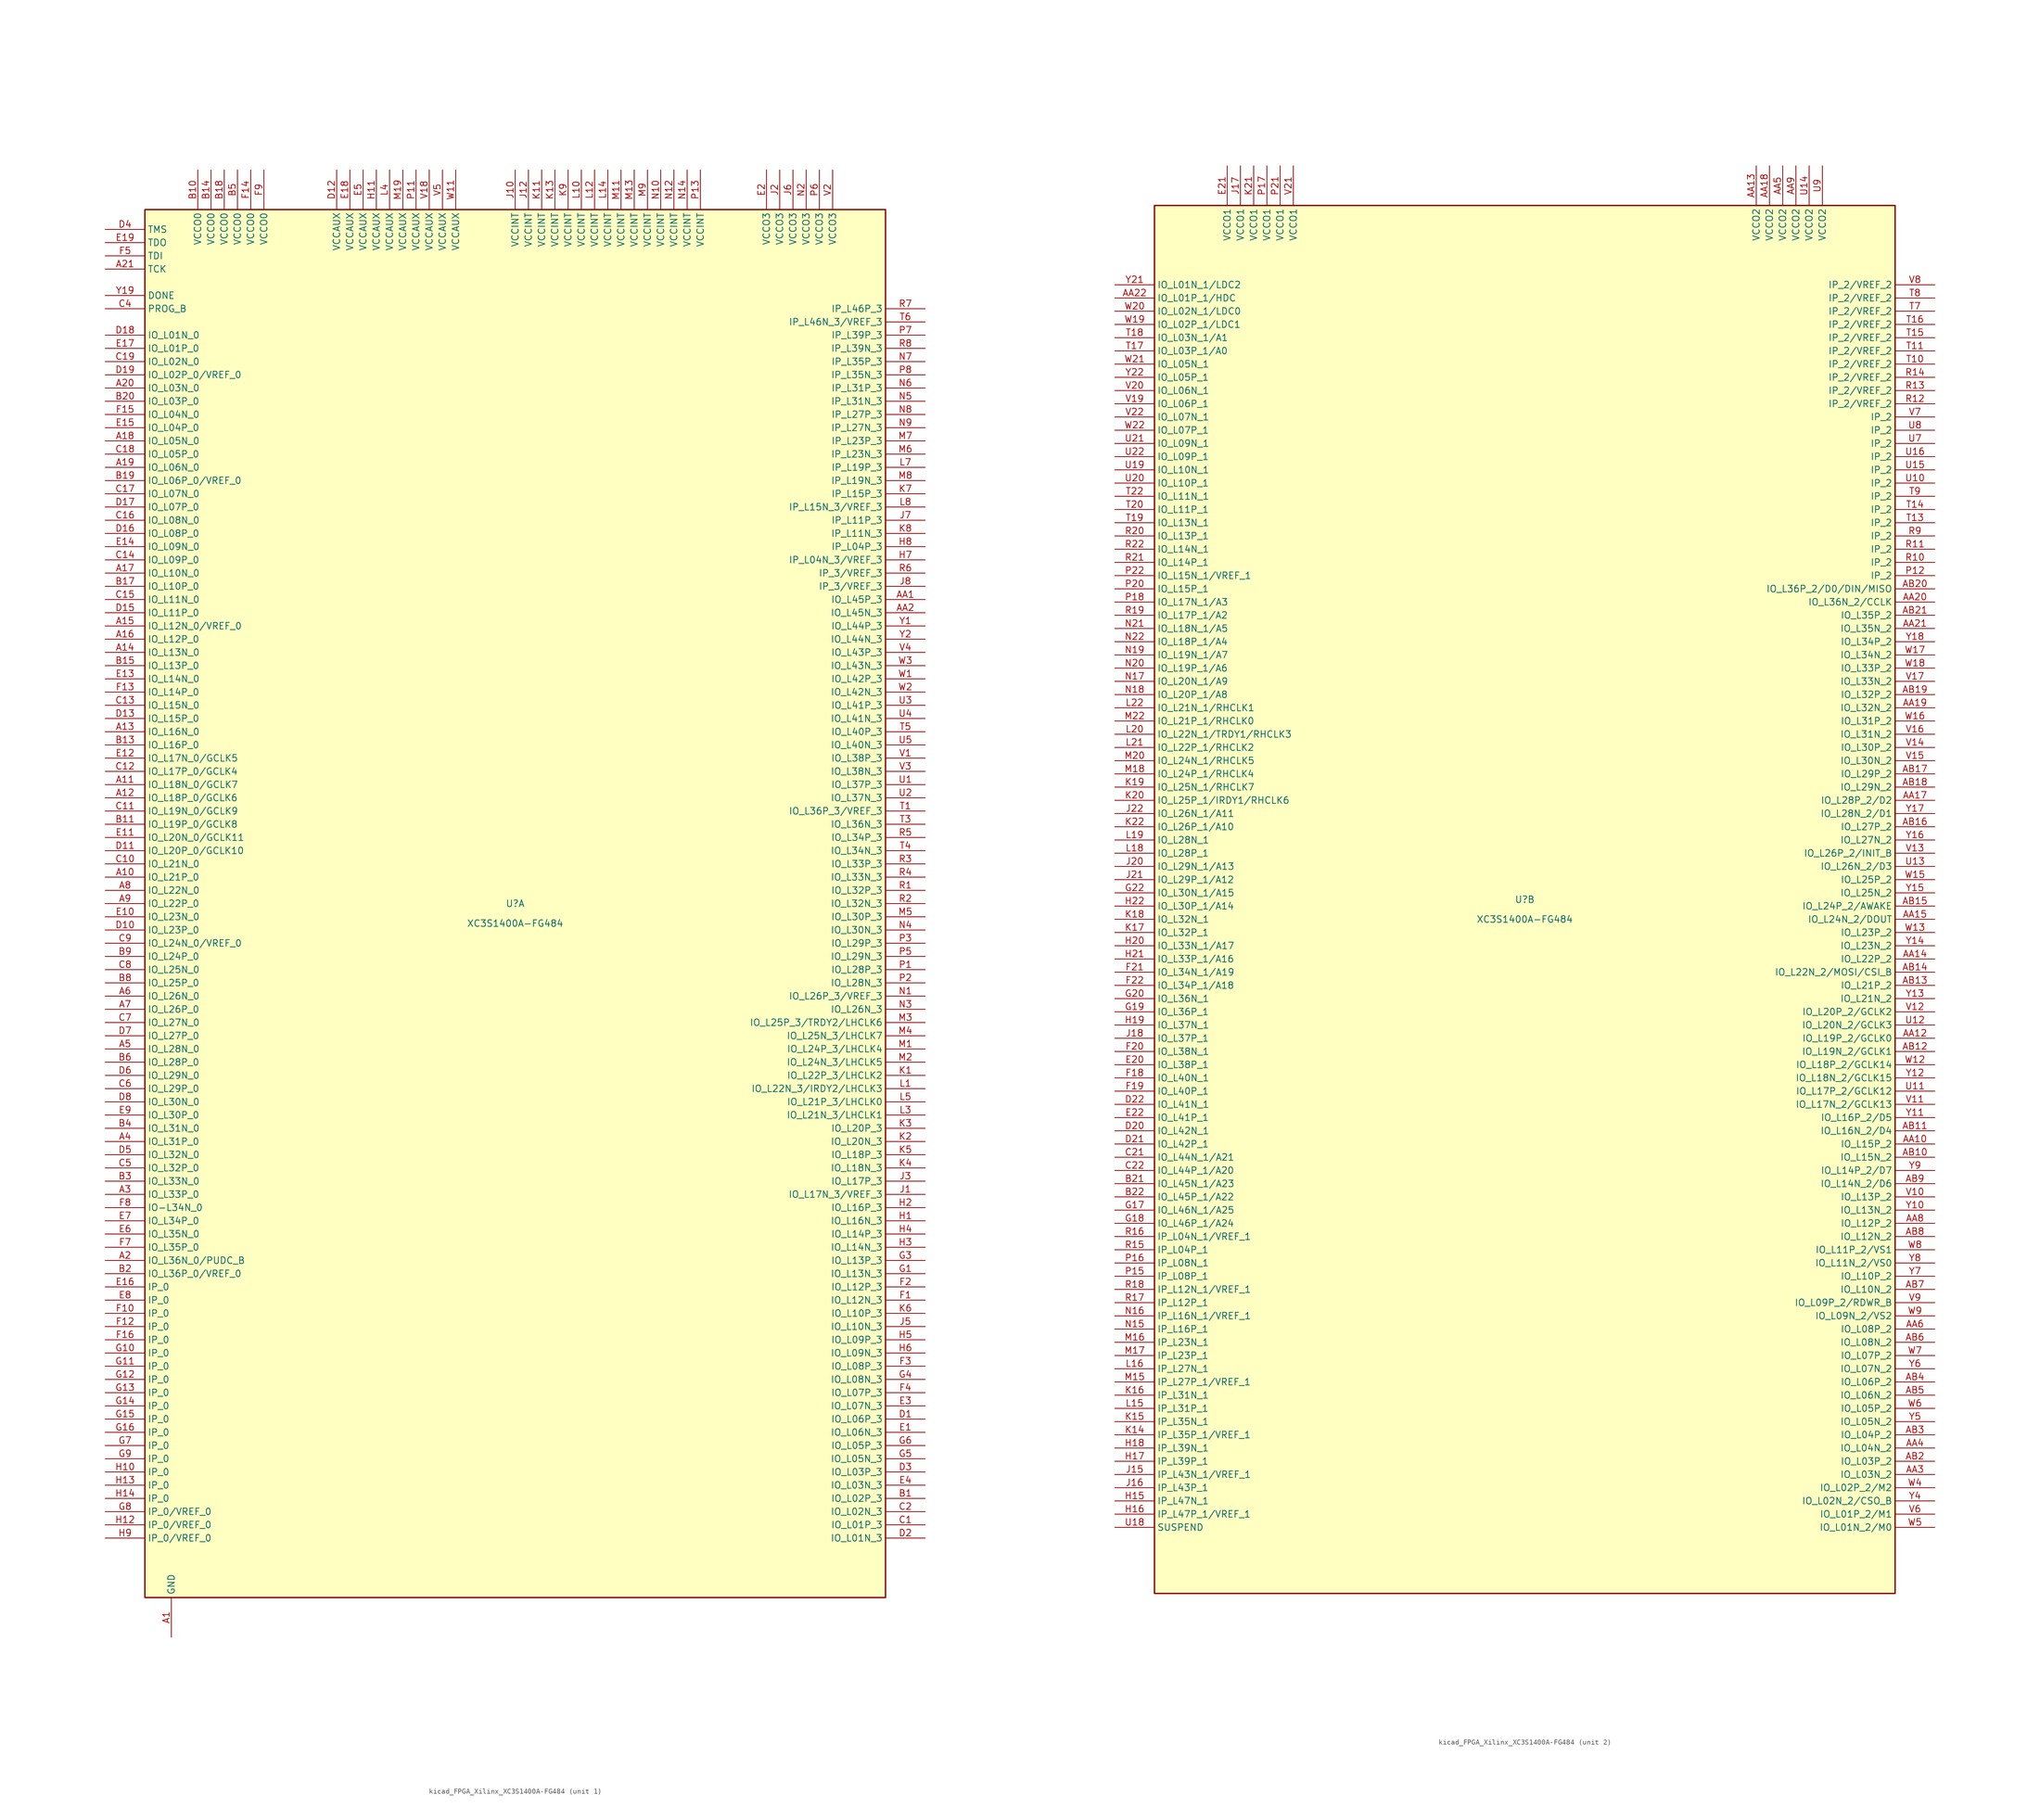
<source format=kicad_sym>
(kicad_symbol_lib
  (version 20220914)
  (generator kicad_symbol_editor)
  (symbol "kicad_FPGA_Xilinx_XC3S1400A-FG484"
    (property "Reference" "U"
      (at 0 0 0)
      (effects (font (size 1.27 1.27))))
    (property "Value" "XC3S1400A-FG484"
      (at 0 -3.81 0)
      (effects (font (size 1.27 1.27))))
    (property "ki_locked" ""
      (at 0 0 0)
      (effects (font (size 1.27 1.27))))
    (symbol "kicad_FPGA_Xilinx_XC3S1400A-FG484_0_1"
      (rectangle (start -71.12 133.35) (end 71.12 -133.35) (stroke (width 0.254) (type default)) (fill (type background))))
    (symbol "kicad_FPGA_Xilinx_XC3S1400A-FG484_1_1"
      (pin power_in line (at -66.04 -140.97 90) (length 7.62) (name "GND" (effects (font (size 1.27 1.27)))) (number "A1" (effects (font (size 1.27 1.27)))))
      (pin bidirectional line (at -78.74 5.08 0) (length 7.62) (name "IO_L21P_0" (effects (font (size 1.27 1.27)))) (number "A10" (effects (font (size 1.27 1.27)))))
      (pin bidirectional line (at -78.74 22.86 0) (length 7.62) (name "IO_L18N_0/GCLK7" (effects (font (size 1.27 1.27)))) (number "A11" (effects (font (size 1.27 1.27)))))
      (pin bidirectional line (at -78.74 20.32 0) (length 7.62) (name "IO_L18P_0/GCLK6" (effects (font (size 1.27 1.27)))) (number "A12" (effects (font (size 1.27 1.27)))))
      (pin bidirectional line (at -78.74 33.02 0) (length 7.62) (name "IO_L16N_0" (effects (font (size 1.27 1.27)))) (number "A13" (effects (font (size 1.27 1.27)))))
      (pin bidirectional line (at -78.74 48.26 0) (length 7.62) (name "IO_L13N_0" (effects (font (size 1.27 1.27)))) (number "A14" (effects (font (size 1.27 1.27)))))
      (pin bidirectional line (at -78.74 53.34 0) (length 7.62) (name "IO_L12N_0/VREF_0" (effects (font (size 1.27 1.27)))) (number "A15" (effects (font (size 1.27 1.27)))))
      (pin bidirectional line (at -78.74 50.8 0) (length 7.62) (name "IO_L12P_0" (effects (font (size 1.27 1.27)))) (number "A16" (effects (font (size 1.27 1.27)))))
      (pin bidirectional line (at -78.74 63.5 0) (length 7.62) (name "IO_L10N_0" (effects (font (size 1.27 1.27)))) (number "A17" (effects (font (size 1.27 1.27)))))
      (pin bidirectional line (at -78.74 88.9 0) (length 7.62) (name "IO_L05N_0" (effects (font (size 1.27 1.27)))) (number "A18" (effects (font (size 1.27 1.27)))))
      (pin bidirectional line (at -78.74 83.82 0) (length 7.62) (name "IO_L06N_0" (effects (font (size 1.27 1.27)))) (number "A19" (effects (font (size 1.27 1.27)))))
      (pin bidirectional line (at -78.74 -68.58 0) (length 7.62) (name "IO_L36N_0/PUDC_B" (effects (font (size 1.27 1.27)))) (number "A2" (effects (font (size 1.27 1.27)))))
      (pin bidirectional line (at -78.74 99.06 0) (length 7.62) (name "IO_L03N_0" (effects (font (size 1.27 1.27)))) (number "A20" (effects (font (size 1.27 1.27)))))
      (pin input line (at -78.74 121.92 0) (length 7.62) (name "TCK" (effects (font (size 1.27 1.27)))) (number "A21" (effects (font (size 1.27 1.27)))))
      (pin passive line (at -66.04 -140.97 90) (length 7.62) hide (name "GND" (effects (font (size 1.27 1.27)))) (number "A22" (effects (font (size 1.27 1.27)))))
      (pin bidirectional line (at -78.74 -55.88 0) (length 7.62) (name "IO_L33P_0" (effects (font (size 1.27 1.27)))) (number "A3" (effects (font (size 1.27 1.27)))))
      (pin bidirectional line (at -78.74 -45.72 0) (length 7.62) (name "IO_L31P_0" (effects (font (size 1.27 1.27)))) (number "A4" (effects (font (size 1.27 1.27)))))
      (pin bidirectional line (at -78.74 -27.94 0) (length 7.62) (name "IO_L28N_0" (effects (font (size 1.27 1.27)))) (number "A5" (effects (font (size 1.27 1.27)))))
      (pin bidirectional line (at -78.74 -17.78 0) (length 7.62) (name "IO_L26N_0" (effects (font (size 1.27 1.27)))) (number "A6" (effects (font (size 1.27 1.27)))))
      (pin bidirectional line (at -78.74 -20.32 0) (length 7.62) (name "IO_L26P_0" (effects (font (size 1.27 1.27)))) (number "A7" (effects (font (size 1.27 1.27)))))
      (pin bidirectional line (at -78.74 2.54 0) (length 7.62) (name "IO_L22N_0" (effects (font (size 1.27 1.27)))) (number "A8" (effects (font (size 1.27 1.27)))))
      (pin bidirectional line (at -78.74 0 0) (length 7.62) (name "IO_L22P_0" (effects (font (size 1.27 1.27)))) (number "A9" (effects (font (size 1.27 1.27)))))
      (pin bidirectional line (at 78.74 58.42 180) (length 7.62) (name "IO_L45P_3" (effects (font (size 1.27 1.27)))) (number "AA1" (effects (font (size 1.27 1.27)))))
      (pin passive line (at -66.04 -140.97 90) (length 7.62) hide (name "GND" (effects (font (size 1.27 1.27)))) (number "AA11" (effects (font (size 1.27 1.27)))))
      (pin passive line (at -66.04 -140.97 90) (length 7.62) hide (name "GND" (effects (font (size 1.27 1.27)))) (number "AA16" (effects (font (size 1.27 1.27)))))
      (pin bidirectional line (at 78.74 55.88 180) (length 7.62) (name "IO_L45N_3" (effects (font (size 1.27 1.27)))) (number "AA2" (effects (font (size 1.27 1.27)))))
      (pin passive line (at -66.04 -140.97 90) (length 7.62) hide (name "GND" (effects (font (size 1.27 1.27)))) (number "AA7" (effects (font (size 1.27 1.27)))))
      (pin passive line (at -66.04 -140.97 90) (length 7.62) hide (name "GND" (effects (font (size 1.27 1.27)))) (number "AB1" (effects (font (size 1.27 1.27)))))
      (pin passive line (at -66.04 -140.97 90) (length 7.62) hide (name "GND" (effects (font (size 1.27 1.27)))) (number "AB22" (effects (font (size 1.27 1.27)))))
      (pin bidirectional line (at 78.74 -114.3 180) (length 7.62) (name "IO_L02P_3" (effects (font (size 1.27 1.27)))) (number "B1" (effects (font (size 1.27 1.27)))))
      (pin power_in line (at -60.96 140.97 270) (length 7.62) (name "VCCO0" (effects (font (size 1.27 1.27)))) (number "B10" (effects (font (size 1.27 1.27)))))
      (pin bidirectional line (at -78.74 15.24 0) (length 7.62) (name "IO_L19P_0/GCLK8" (effects (font (size 1.27 1.27)))) (number "B11" (effects (font (size 1.27 1.27)))))
      (pin passive line (at -66.04 -140.97 90) (length 7.62) hide (name "GND" (effects (font (size 1.27 1.27)))) (number "B12" (effects (font (size 1.27 1.27)))))
      (pin bidirectional line (at -78.74 30.48 0) (length 7.62) (name "IO_L16P_0" (effects (font (size 1.27 1.27)))) (number "B13" (effects (font (size 1.27 1.27)))))
      (pin power_in line (at -58.42 140.97 270) (length 7.62) (name "VCCO0" (effects (font (size 1.27 1.27)))) (number "B14" (effects (font (size 1.27 1.27)))))
      (pin bidirectional line (at -78.74 45.72 0) (length 7.62) (name "IO_L13P_0" (effects (font (size 1.27 1.27)))) (number "B15" (effects (font (size 1.27 1.27)))))
      (pin passive line (at -66.04 -140.97 90) (length 7.62) hide (name "GND" (effects (font (size 1.27 1.27)))) (number "B16" (effects (font (size 1.27 1.27)))))
      (pin bidirectional line (at -78.74 60.96 0) (length 7.62) (name "IO_L10P_0" (effects (font (size 1.27 1.27)))) (number "B17" (effects (font (size 1.27 1.27)))))
      (pin power_in line (at -55.88 140.97 270) (length 7.62) (name "VCCO0" (effects (font (size 1.27 1.27)))) (number "B18" (effects (font (size 1.27 1.27)))))
      (pin bidirectional line (at -78.74 81.28 0) (length 7.62) (name "IO_L06P_0/VREF_0" (effects (font (size 1.27 1.27)))) (number "B19" (effects (font (size 1.27 1.27)))))
      (pin bidirectional line (at -78.74 -71.12 0) (length 7.62) (name "IO_L36P_0/VREF_0" (effects (font (size 1.27 1.27)))) (number "B2" (effects (font (size 1.27 1.27)))))
      (pin bidirectional line (at -78.74 96.52 0) (length 7.62) (name "IO_L03P_0" (effects (font (size 1.27 1.27)))) (number "B20" (effects (font (size 1.27 1.27)))))
      (pin bidirectional line (at -78.74 -53.34 0) (length 7.62) (name "IO_L33N_0" (effects (font (size 1.27 1.27)))) (number "B3" (effects (font (size 1.27 1.27)))))
      (pin bidirectional line (at -78.74 -43.18 0) (length 7.62) (name "IO_L31N_0" (effects (font (size 1.27 1.27)))) (number "B4" (effects (font (size 1.27 1.27)))))
      (pin power_in line (at -53.34 140.97 270) (length 7.62) (name "VCCO0" (effects (font (size 1.27 1.27)))) (number "B5" (effects (font (size 1.27 1.27)))))
      (pin bidirectional line (at -78.74 -30.48 0) (length 7.62) (name "IO_L28P_0" (effects (font (size 1.27 1.27)))) (number "B6" (effects (font (size 1.27 1.27)))))
      (pin passive line (at -66.04 -140.97 90) (length 7.62) hide (name "GND" (effects (font (size 1.27 1.27)))) (number "B7" (effects (font (size 1.27 1.27)))))
      (pin bidirectional line (at -78.74 -15.24 0) (length 7.62) (name "IO_L25P_0" (effects (font (size 1.27 1.27)))) (number "B8" (effects (font (size 1.27 1.27)))))
      (pin bidirectional line (at -78.74 -10.16 0) (length 7.62) (name "IO_L24P_0" (effects (font (size 1.27 1.27)))) (number "B9" (effects (font (size 1.27 1.27)))))
      (pin bidirectional line (at 78.74 -119.38 180) (length 7.62) (name "IO_L01P_3" (effects (font (size 1.27 1.27)))) (number "C1" (effects (font (size 1.27 1.27)))))
      (pin bidirectional line (at -78.74 7.62 0) (length 7.62) (name "IO_L21N_0" (effects (font (size 1.27 1.27)))) (number "C10" (effects (font (size 1.27 1.27)))))
      (pin bidirectional line (at -78.74 17.78 0) (length 7.62) (name "IO_L19N_0/GCLK9" (effects (font (size 1.27 1.27)))) (number "C11" (effects (font (size 1.27 1.27)))))
      (pin bidirectional line (at -78.74 25.4 0) (length 7.62) (name "IO_L17P_0/GCLK4" (effects (font (size 1.27 1.27)))) (number "C12" (effects (font (size 1.27 1.27)))))
      (pin bidirectional line (at -78.74 38.1 0) (length 7.62) (name "IO_L15N_0" (effects (font (size 1.27 1.27)))) (number "C13" (effects (font (size 1.27 1.27)))))
      (pin bidirectional line (at -78.74 66.04 0) (length 7.62) (name "IO_L09P_0" (effects (font (size 1.27 1.27)))) (number "C14" (effects (font (size 1.27 1.27)))))
      (pin bidirectional line (at -78.74 58.42 0) (length 7.62) (name "IO_L11N_0" (effects (font (size 1.27 1.27)))) (number "C15" (effects (font (size 1.27 1.27)))))
      (pin bidirectional line (at -78.74 73.66 0) (length 7.62) (name "IO_L08N_0" (effects (font (size 1.27 1.27)))) (number "C16" (effects (font (size 1.27 1.27)))))
      (pin bidirectional line (at -78.74 78.74 0) (length 7.62) (name "IO_L07N_0" (effects (font (size 1.27 1.27)))) (number "C17" (effects (font (size 1.27 1.27)))))
      (pin bidirectional line (at -78.74 86.36 0) (length 7.62) (name "IO_L05P_0" (effects (font (size 1.27 1.27)))) (number "C18" (effects (font (size 1.27 1.27)))))
      (pin bidirectional line (at -78.74 104.14 0) (length 7.62) (name "IO_L02N_0" (effects (font (size 1.27 1.27)))) (number "C19" (effects (font (size 1.27 1.27)))))
      (pin bidirectional line (at 78.74 -116.84 180) (length 7.62) (name "IO_L02N_3" (effects (font (size 1.27 1.27)))) (number "C2" (effects (font (size 1.27 1.27)))))
      (pin passive line (at -66.04 -140.97 90) (length 7.62) hide (name "GND" (effects (font (size 1.27 1.27)))) (number "C20" (effects (font (size 1.27 1.27)))))
      (pin passive line (at -66.04 -140.97 90) (length 7.62) hide (name "GND" (effects (font (size 1.27 1.27)))) (number "C3" (effects (font (size 1.27 1.27)))))
      (pin bidirectional line (at -78.74 114.3 0) (length 7.62) (name "PROG_B" (effects (font (size 1.27 1.27)))) (number "C4" (effects (font (size 1.27 1.27)))))
      (pin bidirectional line (at -78.74 -50.8 0) (length 7.62) (name "IO_L32P_0" (effects (font (size 1.27 1.27)))) (number "C5" (effects (font (size 1.27 1.27)))))
      (pin bidirectional line (at -78.74 -35.56 0) (length 7.62) (name "IO_L29P_0" (effects (font (size 1.27 1.27)))) (number "C6" (effects (font (size 1.27 1.27)))))
      (pin bidirectional line (at -78.74 -22.86 0) (length 7.62) (name "IO_L27N_0" (effects (font (size 1.27 1.27)))) (number "C7" (effects (font (size 1.27 1.27)))))
      (pin bidirectional line (at -78.74 -12.7 0) (length 7.62) (name "IO_L25N_0" (effects (font (size 1.27 1.27)))) (number "C8" (effects (font (size 1.27 1.27)))))
      (pin bidirectional line (at -78.74 -7.62 0) (length 7.62) (name "IO_L24N_0/VREF_0" (effects (font (size 1.27 1.27)))) (number "C9" (effects (font (size 1.27 1.27)))))
      (pin bidirectional line (at 78.74 -99.06 180) (length 7.62) (name "IO_L06P_3" (effects (font (size 1.27 1.27)))) (number "D1" (effects (font (size 1.27 1.27)))))
      (pin bidirectional line (at -78.74 -5.08 0) (length 7.62) (name "IO_L23P_0" (effects (font (size 1.27 1.27)))) (number "D10" (effects (font (size 1.27 1.27)))))
      (pin bidirectional line (at -78.74 10.16 0) (length 7.62) (name "IO_L20P_0/GCLK10" (effects (font (size 1.27 1.27)))) (number "D11" (effects (font (size 1.27 1.27)))))
      (pin power_in line (at -34.29 140.97 270) (length 7.62) (name "VCCAUX" (effects (font (size 1.27 1.27)))) (number "D12" (effects (font (size 1.27 1.27)))))
      (pin bidirectional line (at -78.74 35.56 0) (length 7.62) (name "IO_L15P_0" (effects (font (size 1.27 1.27)))) (number "D13" (effects (font (size 1.27 1.27)))))
      (pin passive line (at -66.04 -140.97 90) (length 7.62) hide (name "GND" (effects (font (size 1.27 1.27)))) (number "D14" (effects (font (size 1.27 1.27)))))
      (pin bidirectional line (at -78.74 55.88 0) (length 7.62) (name "IO_L11P_0" (effects (font (size 1.27 1.27)))) (number "D15" (effects (font (size 1.27 1.27)))))
      (pin bidirectional line (at -78.74 71.12 0) (length 7.62) (name "IO_L08P_0" (effects (font (size 1.27 1.27)))) (number "D16" (effects (font (size 1.27 1.27)))))
      (pin bidirectional line (at -78.74 76.2 0) (length 7.62) (name "IO_L07P_0" (effects (font (size 1.27 1.27)))) (number "D17" (effects (font (size 1.27 1.27)))))
      (pin bidirectional line (at -78.74 109.22 0) (length 7.62) (name "IO_L01N_0" (effects (font (size 1.27 1.27)))) (number "D18" (effects (font (size 1.27 1.27)))))
      (pin bidirectional line (at -78.74 101.6 0) (length 7.62) (name "IO_L02P_0/VREF_0" (effects (font (size 1.27 1.27)))) (number "D19" (effects (font (size 1.27 1.27)))))
      (pin bidirectional line (at 78.74 -121.92 180) (length 7.62) (name "IO_L01N_3" (effects (font (size 1.27 1.27)))) (number "D2" (effects (font (size 1.27 1.27)))))
      (pin bidirectional line (at 78.74 -109.22 180) (length 7.62) (name "IO_L03P_3" (effects (font (size 1.27 1.27)))) (number "D3" (effects (font (size 1.27 1.27)))))
      (pin input line (at -78.74 129.54 0) (length 7.62) (name "TMS" (effects (font (size 1.27 1.27)))) (number "D4" (effects (font (size 1.27 1.27)))))
      (pin bidirectional line (at -78.74 -48.26 0) (length 7.62) (name "IO_L32N_0" (effects (font (size 1.27 1.27)))) (number "D5" (effects (font (size 1.27 1.27)))))
      (pin bidirectional line (at -78.74 -33.02 0) (length 7.62) (name "IO_L29N_0" (effects (font (size 1.27 1.27)))) (number "D6" (effects (font (size 1.27 1.27)))))
      (pin bidirectional line (at -78.74 -25.4 0) (length 7.62) (name "IO_L27P_0" (effects (font (size 1.27 1.27)))) (number "D7" (effects (font (size 1.27 1.27)))))
      (pin bidirectional line (at -78.74 -38.1 0) (length 7.62) (name "IO_L30N_0" (effects (font (size 1.27 1.27)))) (number "D8" (effects (font (size 1.27 1.27)))))
      (pin passive line (at -66.04 -140.97 90) (length 7.62) hide (name "GND" (effects (font (size 1.27 1.27)))) (number "D9" (effects (font (size 1.27 1.27)))))
      (pin bidirectional line (at 78.74 -101.6 180) (length 7.62) (name "IO_L06N_3" (effects (font (size 1.27 1.27)))) (number "E1" (effects (font (size 1.27 1.27)))))
      (pin bidirectional line (at -78.74 -2.54 0) (length 7.62) (name "IO_L23N_0" (effects (font (size 1.27 1.27)))) (number "E10" (effects (font (size 1.27 1.27)))))
      (pin bidirectional line (at -78.74 12.7 0) (length 7.62) (name "IO_L20N_0/GCLK11" (effects (font (size 1.27 1.27)))) (number "E11" (effects (font (size 1.27 1.27)))))
      (pin bidirectional line (at -78.74 27.94 0) (length 7.62) (name "IO_L17N_0/GCLK5" (effects (font (size 1.27 1.27)))) (number "E12" (effects (font (size 1.27 1.27)))))
      (pin bidirectional line (at -78.74 43.18 0) (length 7.62) (name "IO_L14N_0" (effects (font (size 1.27 1.27)))) (number "E13" (effects (font (size 1.27 1.27)))))
      (pin bidirectional line (at -78.74 68.58 0) (length 7.62) (name "IO_L09N_0" (effects (font (size 1.27 1.27)))) (number "E14" (effects (font (size 1.27 1.27)))))
      (pin bidirectional line (at -78.74 91.44 0) (length 7.62) (name "IO_L04P_0" (effects (font (size 1.27 1.27)))) (number "E15" (effects (font (size 1.27 1.27)))))
      (pin input line (at -78.74 -73.66 0) (length 7.62) (name "IP_0" (effects (font (size 1.27 1.27)))) (number "E16" (effects (font (size 1.27 1.27)))))
      (pin bidirectional line (at -78.74 106.68 0) (length 7.62) (name "IO_L01P_0" (effects (font (size 1.27 1.27)))) (number "E17" (effects (font (size 1.27 1.27)))))
      (pin power_in line (at -31.75 140.97 270) (length 7.62) (name "VCCAUX" (effects (font (size 1.27 1.27)))) (number "E18" (effects (font (size 1.27 1.27)))))
      (pin output line (at -78.74 127 0) (length 7.62) (name "TDO" (effects (font (size 1.27 1.27)))) (number "E19" (effects (font (size 1.27 1.27)))))
      (pin passive line (at 48.26 140.97 270) (length 7.62) (name "VCCO3" (effects (font (size 1.27 1.27)))) (number "E2" (effects (font (size 1.27 1.27)))))
      (pin bidirectional line (at 78.74 -96.52 180) (length 7.62) (name "IO_L07N_3" (effects (font (size 1.27 1.27)))) (number "E3" (effects (font (size 1.27 1.27)))))
      (pin bidirectional line (at 78.74 -111.76 180) (length 7.62) (name "IO_L03N_3" (effects (font (size 1.27 1.27)))) (number "E4" (effects (font (size 1.27 1.27)))))
      (pin power_in line (at -29.21 140.97 270) (length 7.62) (name "VCCAUX" (effects (font (size 1.27 1.27)))) (number "E5" (effects (font (size 1.27 1.27)))))
      (pin bidirectional line (at -78.74 -63.5 0) (length 7.62) (name "IO_L35N_0" (effects (font (size 1.27 1.27)))) (number "E6" (effects (font (size 1.27 1.27)))))
      (pin bidirectional line (at -78.74 -60.96 0) (length 7.62) (name "IO_L34P_0" (effects (font (size 1.27 1.27)))) (number "E7" (effects (font (size 1.27 1.27)))))
      (pin input line (at -78.74 -76.2 0) (length 7.62) (name "IP_0" (effects (font (size 1.27 1.27)))) (number "E8" (effects (font (size 1.27 1.27)))))
      (pin bidirectional line (at -78.74 -40.64 0) (length 7.62) (name "IO_L30P_0" (effects (font (size 1.27 1.27)))) (number "E9" (effects (font (size 1.27 1.27)))))
      (pin bidirectional line (at 78.74 -76.2 180) (length 7.62) (name "IO_L12N_3" (effects (font (size 1.27 1.27)))) (number "F1" (effects (font (size 1.27 1.27)))))
      (pin input line (at -78.74 -78.74 0) (length 7.62) (name "IP_0" (effects (font (size 1.27 1.27)))) (number "F10" (effects (font (size 1.27 1.27)))))
      (pin passive line (at -66.04 -140.97 90) (length 7.62) hide (name "GND" (effects (font (size 1.27 1.27)))) (number "F11" (effects (font (size 1.27 1.27)))))
      (pin input line (at -78.74 -81.28 0) (length 7.62) (name "IP_0" (effects (font (size 1.27 1.27)))) (number "F12" (effects (font (size 1.27 1.27)))))
      (pin bidirectional line (at -78.74 40.64 0) (length 7.62) (name "IO_L14P_0" (effects (font (size 1.27 1.27)))) (number "F13" (effects (font (size 1.27 1.27)))))
      (pin power_in line (at -50.8 140.97 270) (length 7.62) (name "VCCO0" (effects (font (size 1.27 1.27)))) (number "F14" (effects (font (size 1.27 1.27)))))
      (pin bidirectional line (at -78.74 93.98 0) (length 7.62) (name "IO_L04N_0" (effects (font (size 1.27 1.27)))) (number "F15" (effects (font (size 1.27 1.27)))))
      (pin input line (at -78.74 -83.82 0) (length 7.62) (name "IP_0" (effects (font (size 1.27 1.27)))) (number "F16" (effects (font (size 1.27 1.27)))))
      (pin passive line (at -66.04 -140.97 90) (length 7.62) hide (name "GND" (effects (font (size 1.27 1.27)))) (number "F17" (effects (font (size 1.27 1.27)))))
      (pin bidirectional line (at 78.74 -73.66 180) (length 7.62) (name "IO_L12P_3" (effects (font (size 1.27 1.27)))) (number "F2" (effects (font (size 1.27 1.27)))))
      (pin bidirectional line (at 78.74 -88.9 180) (length 7.62) (name "IO_L08P_3" (effects (font (size 1.27 1.27)))) (number "F3" (effects (font (size 1.27 1.27)))))
      (pin bidirectional line (at 78.74 -93.98 180) (length 7.62) (name "IO_L07P_3" (effects (font (size 1.27 1.27)))) (number "F4" (effects (font (size 1.27 1.27)))))
      (pin input line (at -78.74 124.46 0) (length 7.62) (name "TDI" (effects (font (size 1.27 1.27)))) (number "F5" (effects (font (size 1.27 1.27)))))
      (pin passive line (at -66.04 -140.97 90) (length 7.62) hide (name "GND" (effects (font (size 1.27 1.27)))) (number "F6" (effects (font (size 1.27 1.27)))))
      (pin bidirectional line (at -78.74 -66.04 0) (length 7.62) (name "IO_L35P_0" (effects (font (size 1.27 1.27)))) (number "F7" (effects (font (size 1.27 1.27)))))
      (pin bidirectional line (at -78.74 -58.42 0) (length 7.62) (name "IO-L34N_0" (effects (font (size 1.27 1.27)))) (number "F8" (effects (font (size 1.27 1.27)))))
      (pin power_in line (at -48.26 140.97 270) (length 7.62) (name "VCCO0" (effects (font (size 1.27 1.27)))) (number "F9" (effects (font (size 1.27 1.27)))))
      (pin bidirectional line (at 78.74 -71.12 180) (length 7.62) (name "IO_L13N_3" (effects (font (size 1.27 1.27)))) (number "G1" (effects (font (size 1.27 1.27)))))
      (pin input line (at -78.74 -86.36 0) (length 7.62) (name "IP_0" (effects (font (size 1.27 1.27)))) (number "G10" (effects (font (size 1.27 1.27)))))
      (pin input line (at -78.74 -88.9 0) (length 7.62) (name "IP_0" (effects (font (size 1.27 1.27)))) (number "G11" (effects (font (size 1.27 1.27)))))
      (pin input line (at -78.74 -91.44 0) (length 7.62) (name "IP_0" (effects (font (size 1.27 1.27)))) (number "G12" (effects (font (size 1.27 1.27)))))
      (pin input line (at -78.74 -93.98 0) (length 7.62) (name "IP_0" (effects (font (size 1.27 1.27)))) (number "G13" (effects (font (size 1.27 1.27)))))
      (pin input line (at -78.74 -96.52 0) (length 7.62) (name "IP_0" (effects (font (size 1.27 1.27)))) (number "G14" (effects (font (size 1.27 1.27)))))
      (pin input line (at -78.74 -99.06 0) (length 7.62) (name "IP_0" (effects (font (size 1.27 1.27)))) (number "G15" (effects (font (size 1.27 1.27)))))
      (pin input line (at -78.74 -101.6 0) (length 7.62) (name "IP_0" (effects (font (size 1.27 1.27)))) (number "G16" (effects (font (size 1.27 1.27)))))
      (pin passive line (at -66.04 -140.97 90) (length 7.62) hide (name "GND" (effects (font (size 1.27 1.27)))) (number "G2" (effects (font (size 1.27 1.27)))))
      (pin passive line (at -66.04 -140.97 90) (length 7.62) hide (name "GND" (effects (font (size 1.27 1.27)))) (number "G21" (effects (font (size 1.27 1.27)))))
      (pin bidirectional line (at 78.74 -68.58 180) (length 7.62) (name "IO_L13P_3" (effects (font (size 1.27 1.27)))) (number "G3" (effects (font (size 1.27 1.27)))))
      (pin bidirectional line (at 78.74 -91.44 180) (length 7.62) (name "IO_L08N_3" (effects (font (size 1.27 1.27)))) (number "G4" (effects (font (size 1.27 1.27)))))
      (pin bidirectional line (at 78.74 -106.68 180) (length 7.62) (name "IO_L05N_3" (effects (font (size 1.27 1.27)))) (number "G5" (effects (font (size 1.27 1.27)))))
      (pin bidirectional line (at 78.74 -104.14 180) (length 7.62) (name "IO_L05P_3" (effects (font (size 1.27 1.27)))) (number "G6" (effects (font (size 1.27 1.27)))))
      (pin input line (at -78.74 -104.14 0) (length 7.62) (name "IP_0" (effects (font (size 1.27 1.27)))) (number "G7" (effects (font (size 1.27 1.27)))))
      (pin input line (at -78.74 -116.84 0) (length 7.62) (name "IP_0/VREF_0" (effects (font (size 1.27 1.27)))) (number "G8" (effects (font (size 1.27 1.27)))))
      (pin input line (at -78.74 -106.68 0) (length 7.62) (name "IP_0" (effects (font (size 1.27 1.27)))) (number "G9" (effects (font (size 1.27 1.27)))))
      (pin bidirectional line (at 78.74 -60.96 180) (length 7.62) (name "IO_L16N_3" (effects (font (size 1.27 1.27)))) (number "H1" (effects (font (size 1.27 1.27)))))
      (pin input line (at -78.74 -109.22 0) (length 7.62) (name "IP_0" (effects (font (size 1.27 1.27)))) (number "H10" (effects (font (size 1.27 1.27)))))
      (pin power_in line (at -26.67 140.97 270) (length 7.62) (name "VCCAUX" (effects (font (size 1.27 1.27)))) (number "H11" (effects (font (size 1.27 1.27)))))
      (pin input line (at -78.74 -119.38 0) (length 7.62) (name "IP_0/VREF_0" (effects (font (size 1.27 1.27)))) (number "H12" (effects (font (size 1.27 1.27)))))
      (pin input line (at -78.74 -111.76 0) (length 7.62) (name "IP_0" (effects (font (size 1.27 1.27)))) (number "H13" (effects (font (size 1.27 1.27)))))
      (pin input line (at -78.74 -114.3 0) (length 7.62) (name "IP_0" (effects (font (size 1.27 1.27)))) (number "H14" (effects (font (size 1.27 1.27)))))
      (pin bidirectional line (at 78.74 -58.42 180) (length 7.62) (name "IO_L16P_3" (effects (font (size 1.27 1.27)))) (number "H2" (effects (font (size 1.27 1.27)))))
      (pin bidirectional line (at 78.74 -66.04 180) (length 7.62) (name "IO_L14N_3" (effects (font (size 1.27 1.27)))) (number "H3" (effects (font (size 1.27 1.27)))))
      (pin bidirectional line (at 78.74 -63.5 180) (length 7.62) (name "IO_L14P_3" (effects (font (size 1.27 1.27)))) (number "H4" (effects (font (size 1.27 1.27)))))
      (pin bidirectional line (at 78.74 -83.82 180) (length 7.62) (name "IO_L09P_3" (effects (font (size 1.27 1.27)))) (number "H5" (effects (font (size 1.27 1.27)))))
      (pin bidirectional line (at 78.74 -86.36 180) (length 7.62) (name "IO_L09N_3" (effects (font (size 1.27 1.27)))) (number "H6" (effects (font (size 1.27 1.27)))))
      (pin input line (at 78.74 66.04 180) (length 7.62) (name "IP_L04N_3/VREF_3" (effects (font (size 1.27 1.27)))) (number "H7" (effects (font (size 1.27 1.27)))))
      (pin input line (at 78.74 68.58 180) (length 7.62) (name "IP_L04P_3" (effects (font (size 1.27 1.27)))) (number "H8" (effects (font (size 1.27 1.27)))))
      (pin input line (at -78.74 -121.92 0) (length 7.62) (name "IP_0/VREF_0" (effects (font (size 1.27 1.27)))) (number "H9" (effects (font (size 1.27 1.27)))))
      (pin bidirectional line (at 78.74 -55.88 180) (length 7.62) (name "IO_L17N_3/VREF_3" (effects (font (size 1.27 1.27)))) (number "J1" (effects (font (size 1.27 1.27)))))
      (pin power_in line (at 0 140.97 270) (length 7.62) (name "VCCINT" (effects (font (size 1.27 1.27)))) (number "J10" (effects (font (size 1.27 1.27)))))
      (pin passive line (at -66.04 -140.97 90) (length 7.62) hide (name "GND" (effects (font (size 1.27 1.27)))) (number "J11" (effects (font (size 1.27 1.27)))))
      (pin power_in line (at 2.54 140.97 270) (length 7.62) (name "VCCINT" (effects (font (size 1.27 1.27)))) (number "J12" (effects (font (size 1.27 1.27)))))
      (pin passive line (at -66.04 -140.97 90) (length 7.62) hide (name "GND" (effects (font (size 1.27 1.27)))) (number "J13" (effects (font (size 1.27 1.27)))))
      (pin passive line (at -66.04 -140.97 90) (length 7.62) hide (name "GND" (effects (font (size 1.27 1.27)))) (number "J14" (effects (font (size 1.27 1.27)))))
      (pin passive line (at -66.04 -140.97 90) (length 7.62) hide (name "GND" (effects (font (size 1.27 1.27)))) (number "J19" (effects (font (size 1.27 1.27)))))
      (pin power_in line (at 50.8 140.97 270) (length 7.62) (name "VCCO3" (effects (font (size 1.27 1.27)))) (number "J2" (effects (font (size 1.27 1.27)))))
      (pin bidirectional line (at 78.74 -53.34 180) (length 7.62) (name "IO_L17P_3" (effects (font (size 1.27 1.27)))) (number "J3" (effects (font (size 1.27 1.27)))))
      (pin passive line (at -66.04 -140.97 90) (length 7.62) hide (name "GND" (effects (font (size 1.27 1.27)))) (number "J4" (effects (font (size 1.27 1.27)))))
      (pin bidirectional line (at 78.74 -81.28 180) (length 7.62) (name "IO_L10N_3" (effects (font (size 1.27 1.27)))) (number "J5" (effects (font (size 1.27 1.27)))))
      (pin power_in line (at 53.34 140.97 270) (length 7.62) (name "VCCO3" (effects (font (size 1.27 1.27)))) (number "J6" (effects (font (size 1.27 1.27)))))
      (pin input line (at 78.74 73.66 180) (length 7.62) (name "IP_L11P_3" (effects (font (size 1.27 1.27)))) (number "J7" (effects (font (size 1.27 1.27)))))
      (pin input line (at 78.74 60.96 180) (length 7.62) (name "IP_3/VREF_3" (effects (font (size 1.27 1.27)))) (number "J8" (effects (font (size 1.27 1.27)))))
      (pin passive line (at -66.04 -140.97 90) (length 7.62) hide (name "GND" (effects (font (size 1.27 1.27)))) (number "J9" (effects (font (size 1.27 1.27)))))
      (pin bidirectional line (at 78.74 -33.02 180) (length 7.62) (name "IO_L22P_3/LHCLK2" (effects (font (size 1.27 1.27)))) (number "K1" (effects (font (size 1.27 1.27)))))
      (pin passive line (at -66.04 -140.97 90) (length 7.62) hide (name "GND" (effects (font (size 1.27 1.27)))) (number "K10" (effects (font (size 1.27 1.27)))))
      (pin power_in line (at 5.08 140.97 270) (length 7.62) (name "VCCINT" (effects (font (size 1.27 1.27)))) (number "K11" (effects (font (size 1.27 1.27)))))
      (pin passive line (at -66.04 -140.97 90) (length 7.62) hide (name "GND" (effects (font (size 1.27 1.27)))) (number "K12" (effects (font (size 1.27 1.27)))))
      (pin power_in line (at 7.62 140.97 270) (length 7.62) (name "VCCINT" (effects (font (size 1.27 1.27)))) (number "K13" (effects (font (size 1.27 1.27)))))
      (pin bidirectional line (at 78.74 -45.72 180) (length 7.62) (name "IO_L20N_3" (effects (font (size 1.27 1.27)))) (number "K2" (effects (font (size 1.27 1.27)))))
      (pin bidirectional line (at 78.74 -43.18 180) (length 7.62) (name "IO_L20P_3" (effects (font (size 1.27 1.27)))) (number "K3" (effects (font (size 1.27 1.27)))))
      (pin bidirectional line (at 78.74 -50.8 180) (length 7.62) (name "IO_L18N_3" (effects (font (size 1.27 1.27)))) (number "K4" (effects (font (size 1.27 1.27)))))
      (pin bidirectional line (at 78.74 -48.26 180) (length 7.62) (name "IO_L18P_3" (effects (font (size 1.27 1.27)))) (number "K5" (effects (font (size 1.27 1.27)))))
      (pin bidirectional line (at 78.74 -78.74 180) (length 7.62) (name "IO_L10P_3" (effects (font (size 1.27 1.27)))) (number "K6" (effects (font (size 1.27 1.27)))))
      (pin input line (at 78.74 78.74 180) (length 7.62) (name "IP_L15P_3" (effects (font (size 1.27 1.27)))) (number "K7" (effects (font (size 1.27 1.27)))))
      (pin input line (at 78.74 71.12 180) (length 7.62) (name "IP_L11N_3" (effects (font (size 1.27 1.27)))) (number "K8" (effects (font (size 1.27 1.27)))))
      (pin power_in line (at 10.16 140.97 270) (length 7.62) (name "VCCINT" (effects (font (size 1.27 1.27)))) (number "K9" (effects (font (size 1.27 1.27)))))
      (pin bidirectional line (at 78.74 -35.56 180) (length 7.62) (name "IO_L22N_3/IRDY2/LHCLK3" (effects (font (size 1.27 1.27)))) (number "L1" (effects (font (size 1.27 1.27)))))
      (pin power_in line (at 12.7 140.97 270) (length 7.62) (name "VCCINT" (effects (font (size 1.27 1.27)))) (number "L10" (effects (font (size 1.27 1.27)))))
      (pin passive line (at -66.04 -140.97 90) (length 7.62) hide (name "GND" (effects (font (size 1.27 1.27)))) (number "L11" (effects (font (size 1.27 1.27)))))
      (pin power_in line (at 15.24 140.97 270) (length 7.62) (name "VCCINT" (effects (font (size 1.27 1.27)))) (number "L12" (effects (font (size 1.27 1.27)))))
      (pin passive line (at -66.04 -140.97 90) (length 7.62) hide (name "GND" (effects (font (size 1.27 1.27)))) (number "L13" (effects (font (size 1.27 1.27)))))
      (pin power_in line (at 17.78 140.97 270) (length 7.62) (name "VCCINT" (effects (font (size 1.27 1.27)))) (number "L14" (effects (font (size 1.27 1.27)))))
      (pin passive line (at -66.04 -140.97 90) (length 7.62) hide (name "GND" (effects (font (size 1.27 1.27)))) (number "L17" (effects (font (size 1.27 1.27)))))
      (pin passive line (at -66.04 -140.97 90) (length 7.62) hide (name "GND" (effects (font (size 1.27 1.27)))) (number "L2" (effects (font (size 1.27 1.27)))))
      (pin bidirectional line (at 78.74 -40.64 180) (length 7.62) (name "IO_L21N_3/LHCLK1" (effects (font (size 1.27 1.27)))) (number "L3" (effects (font (size 1.27 1.27)))))
      (pin power_in line (at -24.13 140.97 270) (length 7.62) (name "VCCAUX" (effects (font (size 1.27 1.27)))) (number "L4" (effects (font (size 1.27 1.27)))))
      (pin bidirectional line (at 78.74 -38.1 180) (length 7.62) (name "IO_L21P_3/LHCLK0" (effects (font (size 1.27 1.27)))) (number "L5" (effects (font (size 1.27 1.27)))))
      (pin passive line (at -66.04 -140.97 90) (length 7.62) hide (name "GND" (effects (font (size 1.27 1.27)))) (number "L6" (effects (font (size 1.27 1.27)))))
      (pin input line (at 78.74 83.82 180) (length 7.62) (name "IP_L19P_3" (effects (font (size 1.27 1.27)))) (number "L7" (effects (font (size 1.27 1.27)))))
      (pin input line (at 78.74 76.2 180) (length 7.62) (name "IP_L15N_3/VREF_3" (effects (font (size 1.27 1.27)))) (number "L8" (effects (font (size 1.27 1.27)))))
      (pin passive line (at -66.04 -140.97 90) (length 7.62) hide (name "GND" (effects (font (size 1.27 1.27)))) (number "L9" (effects (font (size 1.27 1.27)))))
      (pin bidirectional line (at 78.74 -27.94 180) (length 7.62) (name "IO_L24P_3/LHCLK4" (effects (font (size 1.27 1.27)))) (number "M1" (effects (font (size 1.27 1.27)))))
      (pin passive line (at -66.04 -140.97 90) (length 7.62) hide (name "GND" (effects (font (size 1.27 1.27)))) (number "M10" (effects (font (size 1.27 1.27)))))
      (pin passive line (at 20.32 140.97 270) (length 7.62) (name "VCCINT" (effects (font (size 1.27 1.27)))) (number "M11" (effects (font (size 1.27 1.27)))))
      (pin passive line (at -66.04 -140.97 90) (length 7.62) hide (name "GND" (effects (font (size 1.27 1.27)))) (number "M12" (effects (font (size 1.27 1.27)))))
      (pin power_in line (at 22.86 140.97 270) (length 7.62) (name "VCCINT" (effects (font (size 1.27 1.27)))) (number "M13" (effects (font (size 1.27 1.27)))))
      (pin passive line (at -66.04 -140.97 90) (length 7.62) hide (name "GND" (effects (font (size 1.27 1.27)))) (number "M14" (effects (font (size 1.27 1.27)))))
      (pin power_in line (at -21.59 140.97 270) (length 7.62) (name "VCCAUX" (effects (font (size 1.27 1.27)))) (number "M19" (effects (font (size 1.27 1.27)))))
      (pin bidirectional line (at 78.74 -30.48 180) (length 7.62) (name "IO_L24N_3/LHCLK5" (effects (font (size 1.27 1.27)))) (number "M2" (effects (font (size 1.27 1.27)))))
      (pin passive line (at -66.04 -140.97 90) (length 7.62) hide (name "GND" (effects (font (size 1.27 1.27)))) (number "M21" (effects (font (size 1.27 1.27)))))
      (pin bidirectional line (at 78.74 -22.86 180) (length 7.62) (name "IO_L25P_3/TRDY2/LHCLK6" (effects (font (size 1.27 1.27)))) (number "M3" (effects (font (size 1.27 1.27)))))
      (pin bidirectional line (at 78.74 -25.4 180) (length 7.62) (name "IO_L25N_3/LHCLK7" (effects (font (size 1.27 1.27)))) (number "M4" (effects (font (size 1.27 1.27)))))
      (pin bidirectional line (at 78.74 -2.54 180) (length 7.62) (name "IO_L30P_3" (effects (font (size 1.27 1.27)))) (number "M5" (effects (font (size 1.27 1.27)))))
      (pin input line (at 78.74 86.36 180) (length 7.62) (name "IP_L23N_3" (effects (font (size 1.27 1.27)))) (number "M6" (effects (font (size 1.27 1.27)))))
      (pin input line (at 78.74 88.9 180) (length 7.62) (name "IP_L23P_3" (effects (font (size 1.27 1.27)))) (number "M7" (effects (font (size 1.27 1.27)))))
      (pin input line (at 78.74 81.28 180) (length 7.62) (name "IP_L19N_3" (effects (font (size 1.27 1.27)))) (number "M8" (effects (font (size 1.27 1.27)))))
      (pin power_in line (at 25.4 140.97 270) (length 7.62) (name "VCCINT" (effects (font (size 1.27 1.27)))) (number "M9" (effects (font (size 1.27 1.27)))))
      (pin bidirectional line (at 78.74 -17.78 180) (length 7.62) (name "IO_L26P_3/VREF_3" (effects (font (size 1.27 1.27)))) (number "N1" (effects (font (size 1.27 1.27)))))
      (pin power_in line (at 27.94 140.97 270) (length 7.62) (name "VCCINT" (effects (font (size 1.27 1.27)))) (number "N10" (effects (font (size 1.27 1.27)))))
      (pin passive line (at -66.04 -140.97 90) (length 7.62) hide (name "GND" (effects (font (size 1.27 1.27)))) (number "N11" (effects (font (size 1.27 1.27)))))
      (pin power_in line (at 30.48 140.97 270) (length 7.62) (name "VCCINT" (effects (font (size 1.27 1.27)))) (number "N12" (effects (font (size 1.27 1.27)))))
      (pin passive line (at -66.04 -140.97 90) (length 7.62) hide (name "GND" (effects (font (size 1.27 1.27)))) (number "N13" (effects (font (size 1.27 1.27)))))
      (pin power_in line (at 33.02 140.97 270) (length 7.62) (name "VCCINT" (effects (font (size 1.27 1.27)))) (number "N14" (effects (font (size 1.27 1.27)))))
      (pin power_in line (at 55.88 140.97 270) (length 7.62) (name "VCCO3" (effects (font (size 1.27 1.27)))) (number "N2" (effects (font (size 1.27 1.27)))))
      (pin bidirectional line (at 78.74 -20.32 180) (length 7.62) (name "IO_L26N_3" (effects (font (size 1.27 1.27)))) (number "N3" (effects (font (size 1.27 1.27)))))
      (pin bidirectional line (at 78.74 -5.08 180) (length 7.62) (name "IO_L30N_3" (effects (font (size 1.27 1.27)))) (number "N4" (effects (font (size 1.27 1.27)))))
      (pin input line (at 78.74 96.52 180) (length 7.62) (name "IP_L31N_3" (effects (font (size 1.27 1.27)))) (number "N5" (effects (font (size 1.27 1.27)))))
      (pin input line (at 78.74 99.06 180) (length 7.62) (name "IP_L31P_3" (effects (font (size 1.27 1.27)))) (number "N6" (effects (font (size 1.27 1.27)))))
      (pin input line (at 78.74 104.14 180) (length 7.62) (name "IP_L35P_3" (effects (font (size 1.27 1.27)))) (number "N7" (effects (font (size 1.27 1.27)))))
      (pin input line (at 78.74 93.98 180) (length 7.62) (name "IP_L27P_3" (effects (font (size 1.27 1.27)))) (number "N8" (effects (font (size 1.27 1.27)))))
      (pin input line (at 78.74 91.44 180) (length 7.62) (name "IP_L27N_3" (effects (font (size 1.27 1.27)))) (number "N9" (effects (font (size 1.27 1.27)))))
      (pin bidirectional line (at 78.74 -12.7 180) (length 7.62) (name "IO_L28P_3" (effects (font (size 1.27 1.27)))) (number "P1" (effects (font (size 1.27 1.27)))))
      (pin passive line (at -66.04 -140.97 90) (length 7.62) hide (name "GND" (effects (font (size 1.27 1.27)))) (number "P10" (effects (font (size 1.27 1.27)))))
      (pin power_in line (at -19.05 140.97 270) (length 7.62) (name "VCCAUX" (effects (font (size 1.27 1.27)))) (number "P11" (effects (font (size 1.27 1.27)))))
      (pin power_in line (at 35.56 140.97 270) (length 7.62) (name "VCCINT" (effects (font (size 1.27 1.27)))) (number "P13" (effects (font (size 1.27 1.27)))))
      (pin passive line (at -66.04 -140.97 90) (length 7.62) hide (name "GND" (effects (font (size 1.27 1.27)))) (number "P14" (effects (font (size 1.27 1.27)))))
      (pin passive line (at -66.04 -140.97 90) (length 7.62) hide (name "GND" (effects (font (size 1.27 1.27)))) (number "P19" (effects (font (size 1.27 1.27)))))
      (pin bidirectional line (at 78.74 -15.24 180) (length 7.62) (name "IO_L28N_3" (effects (font (size 1.27 1.27)))) (number "P2" (effects (font (size 1.27 1.27)))))
      (pin bidirectional line (at 78.74 -7.62 180) (length 7.62) (name "IO_L29P_3" (effects (font (size 1.27 1.27)))) (number "P3" (effects (font (size 1.27 1.27)))))
      (pin passive line (at -66.04 -140.97 90) (length 7.62) hide (name "GND" (effects (font (size 1.27 1.27)))) (number "P4" (effects (font (size 1.27 1.27)))))
      (pin bidirectional line (at 78.74 -10.16 180) (length 7.62) (name "IO_L29N_3" (effects (font (size 1.27 1.27)))) (number "P5" (effects (font (size 1.27 1.27)))))
      (pin power_in line (at 58.42 140.97 270) (length 7.62) (name "VCCO3" (effects (font (size 1.27 1.27)))) (number "P6" (effects (font (size 1.27 1.27)))))
      (pin input line (at 78.74 109.22 180) (length 7.62) (name "IP_L39P_3" (effects (font (size 1.27 1.27)))) (number "P7" (effects (font (size 1.27 1.27)))))
      (pin input line (at 78.74 101.6 180) (length 7.62) (name "IP_L35N_3" (effects (font (size 1.27 1.27)))) (number "P8" (effects (font (size 1.27 1.27)))))
      (pin passive line (at -66.04 -140.97 90) (length 7.62) hide (name "GND" (effects (font (size 1.27 1.27)))) (number "P9" (effects (font (size 1.27 1.27)))))
      (pin bidirectional line (at 78.74 2.54 180) (length 7.62) (name "IO_L32P_3" (effects (font (size 1.27 1.27)))) (number "R1" (effects (font (size 1.27 1.27)))))
      (pin bidirectional line (at 78.74 0 180) (length 7.62) (name "IO_L32N_3" (effects (font (size 1.27 1.27)))) (number "R2" (effects (font (size 1.27 1.27)))))
      (pin bidirectional line (at 78.74 7.62 180) (length 7.62) (name "IO_L33P_3" (effects (font (size 1.27 1.27)))) (number "R3" (effects (font (size 1.27 1.27)))))
      (pin bidirectional line (at 78.74 5.08 180) (length 7.62) (name "IO_L33N_3" (effects (font (size 1.27 1.27)))) (number "R4" (effects (font (size 1.27 1.27)))))
      (pin bidirectional line (at 78.74 12.7 180) (length 7.62) (name "IO_L34P_3" (effects (font (size 1.27 1.27)))) (number "R5" (effects (font (size 1.27 1.27)))))
      (pin input line (at 78.74 63.5 180) (length 7.62) (name "IP_3/VREF_3" (effects (font (size 1.27 1.27)))) (number "R6" (effects (font (size 1.27 1.27)))))
      (pin input line (at 78.74 114.3 180) (length 7.62) (name "IP_L46P_3" (effects (font (size 1.27 1.27)))) (number "R7" (effects (font (size 1.27 1.27)))))
      (pin input line (at 78.74 106.68 180) (length 7.62) (name "IP_L39N_3" (effects (font (size 1.27 1.27)))) (number "R8" (effects (font (size 1.27 1.27)))))
      (pin input line (at 78.74 17.78 180) (length 7.62) (name "IO_L36P_3/VREF_3" (effects (font (size 1.27 1.27)))) (number "T1" (effects (font (size 1.27 1.27)))))
      (pin passive line (at -66.04 -140.97 90) (length 7.62) hide (name "GND" (effects (font (size 1.27 1.27)))) (number "T12" (effects (font (size 1.27 1.27)))))
      (pin passive line (at -66.04 -140.97 90) (length 7.62) hide (name "GND" (effects (font (size 1.27 1.27)))) (number "T2" (effects (font (size 1.27 1.27)))))
      (pin passive line (at -66.04 -140.97 90) (length 7.62) hide (name "GND" (effects (font (size 1.27 1.27)))) (number "T21" (effects (font (size 1.27 1.27)))))
      (pin bidirectional line (at 78.74 15.24 180) (length 7.62) (name "IO_L36N_3" (effects (font (size 1.27 1.27)))) (number "T3" (effects (font (size 1.27 1.27)))))
      (pin bidirectional line (at 78.74 10.16 180) (length 7.62) (name "IO_L34N_3" (effects (font (size 1.27 1.27)))) (number "T4" (effects (font (size 1.27 1.27)))))
      (pin bidirectional line (at 78.74 33.02 180) (length 7.62) (name "IO_L40P_3" (effects (font (size 1.27 1.27)))) (number "T5" (effects (font (size 1.27 1.27)))))
      (pin input line (at 78.74 111.76 180) (length 7.62) (name "IP_L46N_3/VREF_3" (effects (font (size 1.27 1.27)))) (number "T6" (effects (font (size 1.27 1.27)))))
      (pin bidirectional line (at 78.74 22.86 180) (length 7.62) (name "IO_L37P_3" (effects (font (size 1.27 1.27)))) (number "U1" (effects (font (size 1.27 1.27)))))
      (pin passive line (at -66.04 -140.97 90) (length 7.62) hide (name "GND" (effects (font (size 1.27 1.27)))) (number "U17" (effects (font (size 1.27 1.27)))))
      (pin bidirectional line (at 78.74 20.32 180) (length 7.62) (name "IO_L37N_3" (effects (font (size 1.27 1.27)))) (number "U2" (effects (font (size 1.27 1.27)))))
      (pin bidirectional line (at 78.74 38.1 180) (length 7.62) (name "IO_L41P_3" (effects (font (size 1.27 1.27)))) (number "U3" (effects (font (size 1.27 1.27)))))
      (pin bidirectional line (at 78.74 35.56 180) (length 7.62) (name "IO_L41N_3" (effects (font (size 1.27 1.27)))) (number "U4" (effects (font (size 1.27 1.27)))))
      (pin bidirectional line (at 78.74 30.48 180) (length 7.62) (name "IO_L40N_3" (effects (font (size 1.27 1.27)))) (number "U5" (effects (font (size 1.27 1.27)))))
      (pin passive line (at -66.04 -140.97 90) (length 7.62) hide (name "GND" (effects (font (size 1.27 1.27)))) (number "U6" (effects (font (size 1.27 1.27)))))
      (pin bidirectional line (at 78.74 27.94 180) (length 7.62) (name "IO_L38P_3" (effects (font (size 1.27 1.27)))) (number "V1" (effects (font (size 1.27 1.27)))))
      (pin power_in line (at -16.51 140.97 270) (length 7.62) (name "VCCAUX" (effects (font (size 1.27 1.27)))) (number "V18" (effects (font (size 1.27 1.27)))))
      (pin power_in line (at 60.96 140.97 270) (length 7.62) (name "VCCO3" (effects (font (size 1.27 1.27)))) (number "V2" (effects (font (size 1.27 1.27)))))
      (pin bidirectional line (at 78.74 25.4 180) (length 7.62) (name "IO_L38N_3" (effects (font (size 1.27 1.27)))) (number "V3" (effects (font (size 1.27 1.27)))))
      (pin bidirectional line (at 78.74 48.26 180) (length 7.62) (name "IO_L43P_3" (effects (font (size 1.27 1.27)))) (number "V4" (effects (font (size 1.27 1.27)))))
      (pin power_in line (at -13.97 140.97 270) (length 7.62) (name "VCCAUX" (effects (font (size 1.27 1.27)))) (number "V5" (effects (font (size 1.27 1.27)))))
      (pin bidirectional line (at 78.74 43.18 180) (length 7.62) (name "IO_L42P_3" (effects (font (size 1.27 1.27)))) (number "W1" (effects (font (size 1.27 1.27)))))
      (pin passive line (at -66.04 -140.97 90) (length 7.62) hide (name "GND" (effects (font (size 1.27 1.27)))) (number "W10" (effects (font (size 1.27 1.27)))))
      (pin power_in line (at -11.43 140.97 270) (length 7.62) (name "VCCAUX" (effects (font (size 1.27 1.27)))) (number "W11" (effects (font (size 1.27 1.27)))))
      (pin passive line (at -66.04 -140.97 90) (length 7.62) hide (name "GND" (effects (font (size 1.27 1.27)))) (number "W14" (effects (font (size 1.27 1.27)))))
      (pin bidirectional line (at 78.74 40.64 180) (length 7.62) (name "IO_L42N_3" (effects (font (size 1.27 1.27)))) (number "W2" (effects (font (size 1.27 1.27)))))
      (pin bidirectional line (at 78.74 45.72 180) (length 7.62) (name "IO_L43N_3" (effects (font (size 1.27 1.27)))) (number "W3" (effects (font (size 1.27 1.27)))))
      (pin bidirectional line (at 78.74 53.34 180) (length 7.62) (name "IO_L44P_3" (effects (font (size 1.27 1.27)))) (number "Y1" (effects (font (size 1.27 1.27)))))
      (pin bidirectional line (at -78.74 116.84 0) (length 7.62) (name "DONE" (effects (font (size 1.27 1.27)))) (number "Y19" (effects (font (size 1.27 1.27)))))
      (pin bidirectional line (at 78.74 50.8 180) (length 7.62) (name "IO_L44N_3" (effects (font (size 1.27 1.27)))) (number "Y2" (effects (font (size 1.27 1.27)))))
      (pin passive line (at -66.04 -140.97 90) (length 7.62) hide (name "GND" (effects (font (size 1.27 1.27)))) (number "Y20" (effects (font (size 1.27 1.27)))))
      (pin passive line (at -66.04 -140.97 90) (length 7.62) hide (name "GND" (effects (font (size 1.27 1.27)))) (number "Y3" (effects (font (size 1.27 1.27))))))
    (symbol "kicad_FPGA_Xilinx_XC3S1400A-FG484_2_1"
      (pin bidirectional line (at 78.74 -46.99 180) (length 7.62) (name "IO_L15P_2" (effects (font (size 1.27 1.27)))) (number "AA10" (effects (font (size 1.27 1.27)))))
      (pin bidirectional line (at 78.74 -26.67 180) (length 7.62) (name "IO_L19P_2/GCLK0" (effects (font (size 1.27 1.27)))) (number "AA12" (effects (font (size 1.27 1.27)))))
      (pin power_in line (at 44.45 140.97 270) (length 7.62) (name "VCCO2" (effects (font (size 1.27 1.27)))) (number "AA13" (effects (font (size 1.27 1.27)))))
      (pin bidirectional line (at 78.74 -11.43 180) (length 7.62) (name "IO_L22P_2" (effects (font (size 1.27 1.27)))) (number "AA14" (effects (font (size 1.27 1.27)))))
      (pin bidirectional line (at 78.74 -3.81 180) (length 7.62) (name "IO_L24N_2/DOUT" (effects (font (size 1.27 1.27)))) (number "AA15" (effects (font (size 1.27 1.27)))))
      (pin bidirectional line (at 78.74 19.05 180) (length 7.62) (name "IO_L28P_2/D2" (effects (font (size 1.27 1.27)))) (number "AA17" (effects (font (size 1.27 1.27)))))
      (pin power_in line (at 46.99 140.97 270) (length 7.62) (name "VCCO2" (effects (font (size 1.27 1.27)))) (number "AA18" (effects (font (size 1.27 1.27)))))
      (pin bidirectional line (at 78.74 36.83 180) (length 7.62) (name "IO_L32N_2" (effects (font (size 1.27 1.27)))) (number "AA19" (effects (font (size 1.27 1.27)))))
      (pin bidirectional line (at 78.74 57.15 180) (length 7.62) (name "IO_L36N_2/CCLK" (effects (font (size 1.27 1.27)))) (number "AA20" (effects (font (size 1.27 1.27)))))
      (pin bidirectional line (at 78.74 52.07 180) (length 7.62) (name "IO_L35N_2" (effects (font (size 1.27 1.27)))) (number "AA21" (effects (font (size 1.27 1.27)))))
      (pin bidirectional line (at -78.74 115.57 0) (length 7.62) (name "IO_L01P_1/HDC" (effects (font (size 1.27 1.27)))) (number "AA22" (effects (font (size 1.27 1.27)))))
      (pin bidirectional line (at 78.74 -110.49 180) (length 7.62) (name "IO_L03N_2" (effects (font (size 1.27 1.27)))) (number "AA3" (effects (font (size 1.27 1.27)))))
      (pin bidirectional line (at 78.74 -105.41 180) (length 7.62) (name "IO_L04N_2" (effects (font (size 1.27 1.27)))) (number "AA4" (effects (font (size 1.27 1.27)))))
      (pin power_in line (at 49.53 140.97 270) (length 7.62) (name "VCCO2" (effects (font (size 1.27 1.27)))) (number "AA5" (effects (font (size 1.27 1.27)))))
      (pin bidirectional line (at 78.74 -82.55 180) (length 7.62) (name "IO_L08P_2" (effects (font (size 1.27 1.27)))) (number "AA6" (effects (font (size 1.27 1.27)))))
      (pin bidirectional line (at 78.74 -62.23 180) (length 7.62) (name "IO_L12P_2" (effects (font (size 1.27 1.27)))) (number "AA8" (effects (font (size 1.27 1.27)))))
      (pin power_in line (at 52.07 140.97 270) (length 7.62) (name "VCCO2" (effects (font (size 1.27 1.27)))) (number "AA9" (effects (font (size 1.27 1.27)))))
      (pin bidirectional line (at 78.74 -49.53 180) (length 7.62) (name "IO_L15N_2" (effects (font (size 1.27 1.27)))) (number "AB10" (effects (font (size 1.27 1.27)))))
      (pin bidirectional line (at 78.74 -44.45 180) (length 7.62) (name "IO_L16N_2/D4" (effects (font (size 1.27 1.27)))) (number "AB11" (effects (font (size 1.27 1.27)))))
      (pin bidirectional line (at 78.74 -29.21 180) (length 7.62) (name "IO_L19N_2/GCLK1" (effects (font (size 1.27 1.27)))) (number "AB12" (effects (font (size 1.27 1.27)))))
      (pin bidirectional line (at 78.74 -16.51 180) (length 7.62) (name "IO_L21P_2" (effects (font (size 1.27 1.27)))) (number "AB13" (effects (font (size 1.27 1.27)))))
      (pin bidirectional line (at 78.74 -13.97 180) (length 7.62) (name "IO_L22N_2/MOSI/CSI_B" (effects (font (size 1.27 1.27)))) (number "AB14" (effects (font (size 1.27 1.27)))))
      (pin bidirectional line (at 78.74 -1.27 180) (length 7.62) (name "IO_L24P_2/AWAKE" (effects (font (size 1.27 1.27)))) (number "AB15" (effects (font (size 1.27 1.27)))))
      (pin bidirectional line (at 78.74 13.97 180) (length 7.62) (name "IO_L27P_2" (effects (font (size 1.27 1.27)))) (number "AB16" (effects (font (size 1.27 1.27)))))
      (pin bidirectional line (at 78.74 24.13 180) (length 7.62) (name "IO_L29P_2" (effects (font (size 1.27 1.27)))) (number "AB17" (effects (font (size 1.27 1.27)))))
      (pin bidirectional line (at 78.74 21.59 180) (length 7.62) (name "IO_L29N_2" (effects (font (size 1.27 1.27)))) (number "AB18" (effects (font (size 1.27 1.27)))))
      (pin bidirectional line (at 78.74 39.37 180) (length 7.62) (name "IO_L32P_2" (effects (font (size 1.27 1.27)))) (number "AB19" (effects (font (size 1.27 1.27)))))
      (pin bidirectional line (at 78.74 -107.95 180) (length 7.62) (name "IO_L03P_2" (effects (font (size 1.27 1.27)))) (number "AB2" (effects (font (size 1.27 1.27)))))
      (pin bidirectional line (at 78.74 59.69 180) (length 7.62) (name "IO_L36P_2/D0/DIN/MISO" (effects (font (size 1.27 1.27)))) (number "AB20" (effects (font (size 1.27 1.27)))))
      (pin bidirectional line (at 78.74 54.61 180) (length 7.62) (name "IO_L35P_2" (effects (font (size 1.27 1.27)))) (number "AB21" (effects (font (size 1.27 1.27)))))
      (pin bidirectional line (at 78.74 -102.87 180) (length 7.62) (name "IO_L04P_2" (effects (font (size 1.27 1.27)))) (number "AB3" (effects (font (size 1.27 1.27)))))
      (pin bidirectional line (at 78.74 -92.71 180) (length 7.62) (name "IO_L06P_2" (effects (font (size 1.27 1.27)))) (number "AB4" (effects (font (size 1.27 1.27)))))
      (pin bidirectional line (at 78.74 -95.25 180) (length 7.62) (name "IO_L06N_2" (effects (font (size 1.27 1.27)))) (number "AB5" (effects (font (size 1.27 1.27)))))
      (pin bidirectional line (at 78.74 -85.09 180) (length 7.62) (name "IO_L08N_2" (effects (font (size 1.27 1.27)))) (number "AB6" (effects (font (size 1.27 1.27)))))
      (pin bidirectional line (at 78.74 -74.93 180) (length 7.62) (name "IO_L10N_2" (effects (font (size 1.27 1.27)))) (number "AB7" (effects (font (size 1.27 1.27)))))
      (pin bidirectional line (at 78.74 -64.77 180) (length 7.62) (name "IO_L12N_2" (effects (font (size 1.27 1.27)))) (number "AB8" (effects (font (size 1.27 1.27)))))
      (pin bidirectional line (at 78.74 -54.61 180) (length 7.62) (name "IO_L14N_2/D6" (effects (font (size 1.27 1.27)))) (number "AB9" (effects (font (size 1.27 1.27)))))
      (pin bidirectional line (at -78.74 -54.61 0) (length 7.62) (name "IO_L45N_1/A23" (effects (font (size 1.27 1.27)))) (number "B21" (effects (font (size 1.27 1.27)))))
      (pin bidirectional line (at -78.74 -57.15 0) (length 7.62) (name "IO_L45P_1/A22" (effects (font (size 1.27 1.27)))) (number "B22" (effects (font (size 1.27 1.27)))))
      (pin bidirectional line (at -78.74 -49.53 0) (length 7.62) (name "IO_L44N_1/A21" (effects (font (size 1.27 1.27)))) (number "C21" (effects (font (size 1.27 1.27)))))
      (pin bidirectional line (at -78.74 -52.07 0) (length 7.62) (name "IO_L44P_1/A20" (effects (font (size 1.27 1.27)))) (number "C22" (effects (font (size 1.27 1.27)))))
      (pin bidirectional line (at -78.74 -44.45 0) (length 7.62) (name "IO_L42N_1" (effects (font (size 1.27 1.27)))) (number "D20" (effects (font (size 1.27 1.27)))))
      (pin bidirectional line (at -78.74 -46.99 0) (length 7.62) (name "IO_L42P_1" (effects (font (size 1.27 1.27)))) (number "D21" (effects (font (size 1.27 1.27)))))
      (pin bidirectional line (at -78.74 -39.37 0) (length 7.62) (name "IO_L41N_1" (effects (font (size 1.27 1.27)))) (number "D22" (effects (font (size 1.27 1.27)))))
      (pin bidirectional line (at -78.74 -31.75 0) (length 7.62) (name "IO_L38P_1" (effects (font (size 1.27 1.27)))) (number "E20" (effects (font (size 1.27 1.27)))))
      (pin power_in line (at -57.15 140.97 270) (length 7.62) (name "VCCO1" (effects (font (size 1.27 1.27)))) (number "E21" (effects (font (size 1.27 1.27)))))
      (pin bidirectional line (at -78.74 -41.91 0) (length 7.62) (name "IO_L41P_1" (effects (font (size 1.27 1.27)))) (number "E22" (effects (font (size 1.27 1.27)))))
      (pin bidirectional line (at -78.74 -34.29 0) (length 7.62) (name "IO_L40N_1" (effects (font (size 1.27 1.27)))) (number "F18" (effects (font (size 1.27 1.27)))))
      (pin bidirectional line (at -78.74 -36.83 0) (length 7.62) (name "IO_L40P_1" (effects (font (size 1.27 1.27)))) (number "F19" (effects (font (size 1.27 1.27)))))
      (pin bidirectional line (at -78.74 -29.21 0) (length 7.62) (name "IO_L38N_1" (effects (font (size 1.27 1.27)))) (number "F20" (effects (font (size 1.27 1.27)))))
      (pin bidirectional line (at -78.74 -13.97 0) (length 7.62) (name "IO_L34N_1/A19" (effects (font (size 1.27 1.27)))) (number "F21" (effects (font (size 1.27 1.27)))))
      (pin bidirectional line (at -78.74 -16.51 0) (length 7.62) (name "IO_L34P_1/A18" (effects (font (size 1.27 1.27)))) (number "F22" (effects (font (size 1.27 1.27)))))
      (pin bidirectional line (at -78.74 -59.69 0) (length 7.62) (name "IO_L46N_1/A25" (effects (font (size 1.27 1.27)))) (number "G17" (effects (font (size 1.27 1.27)))))
      (pin bidirectional line (at -78.74 -62.23 0) (length 7.62) (name "IO_L46P_1/A24" (effects (font (size 1.27 1.27)))) (number "G18" (effects (font (size 1.27 1.27)))))
      (pin bidirectional line (at -78.74 -21.59 0) (length 7.62) (name "IO_L36P_1" (effects (font (size 1.27 1.27)))) (number "G19" (effects (font (size 1.27 1.27)))))
      (pin bidirectional line (at -78.74 -19.05 0) (length 7.62) (name "IO_L36N_1" (effects (font (size 1.27 1.27)))) (number "G20" (effects (font (size 1.27 1.27)))))
      (pin bidirectional line (at -78.74 1.27 0) (length 7.62) (name "IO_L30N_1/A15" (effects (font (size 1.27 1.27)))) (number "G22" (effects (font (size 1.27 1.27)))))
      (pin input line (at -78.74 -115.57 0) (length 7.62) (name "IP_L47N_1" (effects (font (size 1.27 1.27)))) (number "H15" (effects (font (size 1.27 1.27)))))
      (pin input line (at -78.74 -118.11 0) (length 7.62) (name "IP_L47P_1/VREF_1" (effects (font (size 1.27 1.27)))) (number "H16" (effects (font (size 1.27 1.27)))))
      (pin input line (at -78.74 -107.95 0) (length 7.62) (name "IP_L39P_1" (effects (font (size 1.27 1.27)))) (number "H17" (effects (font (size 1.27 1.27)))))
      (pin input line (at -78.74 -105.41 0) (length 7.62) (name "IP_L39N_1" (effects (font (size 1.27 1.27)))) (number "H18" (effects (font (size 1.27 1.27)))))
      (pin bidirectional line (at -78.74 -24.13 0) (length 7.62) (name "IO_L37N_1" (effects (font (size 1.27 1.27)))) (number "H19" (effects (font (size 1.27 1.27)))))
      (pin bidirectional line (at -78.74 -8.89 0) (length 7.62) (name "IO_L33N_1/A17" (effects (font (size 1.27 1.27)))) (number "H20" (effects (font (size 1.27 1.27)))))
      (pin bidirectional line (at -78.74 -11.43 0) (length 7.62) (name "IO_L33P_1/A16" (effects (font (size 1.27 1.27)))) (number "H21" (effects (font (size 1.27 1.27)))))
      (pin bidirectional line (at -78.74 -1.27 0) (length 7.62) (name "IO_L30P_1/A14" (effects (font (size 1.27 1.27)))) (number "H22" (effects (font (size 1.27 1.27)))))
      (pin input line (at -78.74 -110.49 0) (length 7.62) (name "IP_L43N_1/VREF_1" (effects (font (size 1.27 1.27)))) (number "J15" (effects (font (size 1.27 1.27)))))
      (pin input line (at -78.74 -113.03 0) (length 7.62) (name "IP_L43P_1" (effects (font (size 1.27 1.27)))) (number "J16" (effects (font (size 1.27 1.27)))))
      (pin power_in line (at -54.61 140.97 270) (length 7.62) (name "VCCO1" (effects (font (size 1.27 1.27)))) (number "J17" (effects (font (size 1.27 1.27)))))
      (pin bidirectional line (at -78.74 -26.67 0) (length 7.62) (name "IO_L37P_1" (effects (font (size 1.27 1.27)))) (number "J18" (effects (font (size 1.27 1.27)))))
      (pin bidirectional line (at -78.74 6.35 0) (length 7.62) (name "IO_L29N_1/A13" (effects (font (size 1.27 1.27)))) (number "J20" (effects (font (size 1.27 1.27)))))
      (pin bidirectional line (at -78.74 3.81 0) (length 7.62) (name "IO_L29P_1/A12" (effects (font (size 1.27 1.27)))) (number "J21" (effects (font (size 1.27 1.27)))))
      (pin bidirectional line (at -78.74 16.51 0) (length 7.62) (name "IO_L26N_1/A11" (effects (font (size 1.27 1.27)))) (number "J22" (effects (font (size 1.27 1.27)))))
      (pin input line (at -78.74 -102.87 0) (length 7.62) (name "IP_L35P_1/VREF_1" (effects (font (size 1.27 1.27)))) (number "K14" (effects (font (size 1.27 1.27)))))
      (pin input line (at -78.74 -100.33 0) (length 7.62) (name "IP_L35N_1" (effects (font (size 1.27 1.27)))) (number "K15" (effects (font (size 1.27 1.27)))))
      (pin input line (at -78.74 -95.25 0) (length 7.62) (name "IP_L31N_1" (effects (font (size 1.27 1.27)))) (number "K16" (effects (font (size 1.27 1.27)))))
      (pin bidirectional line (at -78.74 -6.35 0) (length 7.62) (name "IO_L32P_1" (effects (font (size 1.27 1.27)))) (number "K17" (effects (font (size 1.27 1.27)))))
      (pin bidirectional line (at -78.74 -3.81 0) (length 7.62) (name "IO_L32N_1" (effects (font (size 1.27 1.27)))) (number "K18" (effects (font (size 1.27 1.27)))))
      (pin bidirectional line (at -78.74 21.59 0) (length 7.62) (name "IO_L25N_1/RHCLK7" (effects (font (size 1.27 1.27)))) (number "K19" (effects (font (size 1.27 1.27)))))
      (pin bidirectional line (at -78.74 19.05 0) (length 7.62) (name "IO_L25P_1/IRDY1/RHCLK6" (effects (font (size 1.27 1.27)))) (number "K20" (effects (font (size 1.27 1.27)))))
      (pin power_in line (at -52.07 140.97 270) (length 7.62) (name "VCCO1" (effects (font (size 1.27 1.27)))) (number "K21" (effects (font (size 1.27 1.27)))))
      (pin bidirectional line (at -78.74 13.97 0) (length 7.62) (name "IO_L26P_1/A10" (effects (font (size 1.27 1.27)))) (number "K22" (effects (font (size 1.27 1.27)))))
      (pin input line (at -78.74 -97.79 0) (length 7.62) (name "IP_L31P_1" (effects (font (size 1.27 1.27)))) (number "L15" (effects (font (size 1.27 1.27)))))
      (pin input line (at -78.74 -90.17 0) (length 7.62) (name "IP_L27N_1" (effects (font (size 1.27 1.27)))) (number "L16" (effects (font (size 1.27 1.27)))))
      (pin bidirectional line (at -78.74 8.89 0) (length 7.62) (name "IO_L28P_1" (effects (font (size 1.27 1.27)))) (number "L18" (effects (font (size 1.27 1.27)))))
      (pin bidirectional line (at -78.74 11.43 0) (length 7.62) (name "IO_L28N_1" (effects (font (size 1.27 1.27)))) (number "L19" (effects (font (size 1.27 1.27)))))
      (pin bidirectional line (at -78.74 31.75 0) (length 7.62) (name "IO_L22N_1/TRDY1/RHCLK3" (effects (font (size 1.27 1.27)))) (number "L20" (effects (font (size 1.27 1.27)))))
      (pin bidirectional line (at -78.74 29.21 0) (length 7.62) (name "IO_L22P_1/RHCLK2" (effects (font (size 1.27 1.27)))) (number "L21" (effects (font (size 1.27 1.27)))))
      (pin bidirectional line (at -78.74 36.83 0) (length 7.62) (name "IO_L21N_1/RHCLK1" (effects (font (size 1.27 1.27)))) (number "L22" (effects (font (size 1.27 1.27)))))
      (pin input line (at -78.74 -92.71 0) (length 7.62) (name "IP_L27P_1/VREF_1" (effects (font (size 1.27 1.27)))) (number "M15" (effects (font (size 1.27 1.27)))))
      (pin input line (at -78.74 -85.09 0) (length 7.62) (name "IP_L23N_1" (effects (font (size 1.27 1.27)))) (number "M16" (effects (font (size 1.27 1.27)))))
      (pin input line (at -78.74 -87.63 0) (length 7.62) (name "IP_L23P_1" (effects (font (size 1.27 1.27)))) (number "M17" (effects (font (size 1.27 1.27)))))
      (pin bidirectional line (at -78.74 24.13 0) (length 7.62) (name "IO_L24P_1/RHCLK4" (effects (font (size 1.27 1.27)))) (number "M18" (effects (font (size 1.27 1.27)))))
      (pin bidirectional line (at -78.74 26.67 0) (length 7.62) (name "IO_L24N_1/RHCLK5" (effects (font (size 1.27 1.27)))) (number "M20" (effects (font (size 1.27 1.27)))))
      (pin bidirectional line (at -78.74 34.29 0) (length 7.62) (name "IO_L21P_1/RHCLK0" (effects (font (size 1.27 1.27)))) (number "M22" (effects (font (size 1.27 1.27)))))
      (pin input line (at -78.74 -82.55 0) (length 7.62) (name "IP_L16P_1" (effects (font (size 1.27 1.27)))) (number "N15" (effects (font (size 1.27 1.27)))))
      (pin input line (at -78.74 -80.01 0) (length 7.62) (name "IP_L16N_1/VREF_1" (effects (font (size 1.27 1.27)))) (number "N16" (effects (font (size 1.27 1.27)))))
      (pin bidirectional line (at -78.74 41.91 0) (length 7.62) (name "IO_L20N_1/A9" (effects (font (size 1.27 1.27)))) (number "N17" (effects (font (size 1.27 1.27)))))
      (pin bidirectional line (at -78.74 39.37 0) (length 7.62) (name "IO_L20P_1/A8" (effects (font (size 1.27 1.27)))) (number "N18" (effects (font (size 1.27 1.27)))))
      (pin bidirectional line (at -78.74 46.99 0) (length 7.62) (name "IO_L19N_1/A7" (effects (font (size 1.27 1.27)))) (number "N19" (effects (font (size 1.27 1.27)))))
      (pin bidirectional line (at -78.74 44.45 0) (length 7.62) (name "IO_L19P_1/A6" (effects (font (size 1.27 1.27)))) (number "N20" (effects (font (size 1.27 1.27)))))
      (pin bidirectional line (at -78.74 52.07 0) (length 7.62) (name "IO_L18N_1/A5" (effects (font (size 1.27 1.27)))) (number "N21" (effects (font (size 1.27 1.27)))))
      (pin bidirectional line (at -78.74 49.53 0) (length 7.62) (name "IO_L18P_1/A4" (effects (font (size 1.27 1.27)))) (number "N22" (effects (font (size 1.27 1.27)))))
      (pin input line (at 78.74 62.23 180) (length 7.62) (name "IP_2" (effects (font (size 1.27 1.27)))) (number "P12" (effects (font (size 1.27 1.27)))))
      (pin input line (at -78.74 -72.39 0) (length 7.62) (name "IP_L08P_1" (effects (font (size 1.27 1.27)))) (number "P15" (effects (font (size 1.27 1.27)))))
      (pin input line (at -78.74 -69.85 0) (length 7.62) (name "IP_L08N_1" (effects (font (size 1.27 1.27)))) (number "P16" (effects (font (size 1.27 1.27)))))
      (pin power_in line (at -49.53 140.97 270) (length 7.62) (name "VCCO1" (effects (font (size 1.27 1.27)))) (number "P17" (effects (font (size 1.27 1.27)))))
      (pin bidirectional line (at -78.74 57.15 0) (length 7.62) (name "IO_L17N_1/A3" (effects (font (size 1.27 1.27)))) (number "P18" (effects (font (size 1.27 1.27)))))
      (pin bidirectional line (at -78.74 59.69 0) (length 7.62) (name "IO_L15P_1" (effects (font (size 1.27 1.27)))) (number "P20" (effects (font (size 1.27 1.27)))))
      (pin power_in line (at -46.99 140.97 270) (length 7.62) (name "VCCO1" (effects (font (size 1.27 1.27)))) (number "P21" (effects (font (size 1.27 1.27)))))
      (pin bidirectional line (at -78.74 62.23 0) (length 7.62) (name "IO_L15N_1/VREF_1" (effects (font (size 1.27 1.27)))) (number "P22" (effects (font (size 1.27 1.27)))))
      (pin input line (at 78.74 64.77 180) (length 7.62) (name "IP_2" (effects (font (size 1.27 1.27)))) (number "R10" (effects (font (size 1.27 1.27)))))
      (pin input line (at 78.74 67.31 180) (length 7.62) (name "IP_2" (effects (font (size 1.27 1.27)))) (number "R11" (effects (font (size 1.27 1.27)))))
      (pin input line (at 78.74 95.25 180) (length 7.62) (name "IP_2/VREF_2" (effects (font (size 1.27 1.27)))) (number "R12" (effects (font (size 1.27 1.27)))))
      (pin input line (at 78.74 97.79 180) (length 7.62) (name "IP_2/VREF_2" (effects (font (size 1.27 1.27)))) (number "R13" (effects (font (size 1.27 1.27)))))
      (pin input line (at 78.74 100.33 180) (length 7.62) (name "IP_2/VREF_2" (effects (font (size 1.27 1.27)))) (number "R14" (effects (font (size 1.27 1.27)))))
      (pin input line (at -78.74 -67.31 0) (length 7.62) (name "IP_L04P_1" (effects (font (size 1.27 1.27)))) (number "R15" (effects (font (size 1.27 1.27)))))
      (pin input line (at -78.74 -64.77 0) (length 7.62) (name "IP_L04N_1/VREF_1" (effects (font (size 1.27 1.27)))) (number "R16" (effects (font (size 1.27 1.27)))))
      (pin input line (at -78.74 -77.47 0) (length 7.62) (name "IP_L12P_1" (effects (font (size 1.27 1.27)))) (number "R17" (effects (font (size 1.27 1.27)))))
      (pin input line (at -78.74 -74.93 0) (length 7.62) (name "IP_L12N_1/VREF_1" (effects (font (size 1.27 1.27)))) (number "R18" (effects (font (size 1.27 1.27)))))
      (pin bidirectional line (at -78.74 54.61 0) (length 7.62) (name "IO_L17P_1/A2" (effects (font (size 1.27 1.27)))) (number "R19" (effects (font (size 1.27 1.27)))))
      (pin bidirectional line (at -78.74 69.85 0) (length 7.62) (name "IO_L13P_1" (effects (font (size 1.27 1.27)))) (number "R20" (effects (font (size 1.27 1.27)))))
      (pin bidirectional line (at -78.74 64.77 0) (length 7.62) (name "IO_L14P_1" (effects (font (size 1.27 1.27)))) (number "R21" (effects (font (size 1.27 1.27)))))
      (pin bidirectional line (at -78.74 67.31 0) (length 7.62) (name "IO_L14N_1" (effects (font (size 1.27 1.27)))) (number "R22" (effects (font (size 1.27 1.27)))))
      (pin input line (at 78.74 69.85 180) (length 7.62) (name "IP_2" (effects (font (size 1.27 1.27)))) (number "R9" (effects (font (size 1.27 1.27)))))
      (pin input line (at 78.74 102.87 180) (length 7.62) (name "IP_2/VREF_2" (effects (font (size 1.27 1.27)))) (number "T10" (effects (font (size 1.27 1.27)))))
      (pin input line (at 78.74 105.41 180) (length 7.62) (name "IP_2/VREF_2" (effects (font (size 1.27 1.27)))) (number "T11" (effects (font (size 1.27 1.27)))))
      (pin input line (at 78.74 72.39 180) (length 7.62) (name "IP_2" (effects (font (size 1.27 1.27)))) (number "T13" (effects (font (size 1.27 1.27)))))
      (pin input line (at 78.74 74.93 180) (length 7.62) (name "IP_2" (effects (font (size 1.27 1.27)))) (number "T14" (effects (font (size 1.27 1.27)))))
      (pin input line (at 78.74 107.95 180) (length 7.62) (name "IP_2/VREF_2" (effects (font (size 1.27 1.27)))) (number "T15" (effects (font (size 1.27 1.27)))))
      (pin input line (at 78.74 110.49 180) (length 7.62) (name "IP_2/VREF_2" (effects (font (size 1.27 1.27)))) (number "T16" (effects (font (size 1.27 1.27)))))
      (pin bidirectional line (at -78.74 105.41 0) (length 7.62) (name "IO_L03P_1/A0" (effects (font (size 1.27 1.27)))) (number "T17" (effects (font (size 1.27 1.27)))))
      (pin bidirectional line (at -78.74 107.95 0) (length 7.62) (name "IO_L03N_1/A1" (effects (font (size 1.27 1.27)))) (number "T18" (effects (font (size 1.27 1.27)))))
      (pin bidirectional line (at -78.74 72.39 0) (length 7.62) (name "IO_L13N_1" (effects (font (size 1.27 1.27)))) (number "T19" (effects (font (size 1.27 1.27)))))
      (pin bidirectional line (at -78.74 74.93 0) (length 7.62) (name "IO_L11P_1" (effects (font (size 1.27 1.27)))) (number "T20" (effects (font (size 1.27 1.27)))))
      (pin bidirectional line (at -78.74 77.47 0) (length 7.62) (name "IO_L11N_1" (effects (font (size 1.27 1.27)))) (number "T22" (effects (font (size 1.27 1.27)))))
      (pin input line (at 78.74 113.03 180) (length 7.62) (name "IP_2/VREF_2" (effects (font (size 1.27 1.27)))) (number "T7" (effects (font (size 1.27 1.27)))))
      (pin input line (at 78.74 115.57 180) (length 7.62) (name "IP_2/VREF_2" (effects (font (size 1.27 1.27)))) (number "T8" (effects (font (size 1.27 1.27)))))
      (pin input line (at 78.74 77.47 180) (length 7.62) (name "IP_2" (effects (font (size 1.27 1.27)))) (number "T9" (effects (font (size 1.27 1.27)))))
      (pin input line (at 78.74 80.01 180) (length 7.62) (name "IP_2" (effects (font (size 1.27 1.27)))) (number "U10" (effects (font (size 1.27 1.27)))))
      (pin bidirectional line (at 78.74 -36.83 180) (length 7.62) (name "IO_L17P_2/GCLK12" (effects (font (size 1.27 1.27)))) (number "U11" (effects (font (size 1.27 1.27)))))
      (pin bidirectional line (at 78.74 -24.13 180) (length 7.62) (name "IO_L20N_2/GCLK3" (effects (font (size 1.27 1.27)))) (number "U12" (effects (font (size 1.27 1.27)))))
      (pin bidirectional line (at 78.74 6.35 180) (length 7.62) (name "IO_L26N_2/D3" (effects (font (size 1.27 1.27)))) (number "U13" (effects (font (size 1.27 1.27)))))
      (pin passive line (at 54.61 140.97 270) (length 7.62) (name "VCCO2" (effects (font (size 1.27 1.27)))) (number "U14" (effects (font (size 1.27 1.27)))))
      (pin input line (at 78.74 82.55 180) (length 7.62) (name "IP_2" (effects (font (size 1.27 1.27)))) (number "U15" (effects (font (size 1.27 1.27)))))
      (pin input line (at 78.74 85.09 180) (length 7.62) (name "IP_2" (effects (font (size 1.27 1.27)))) (number "U16" (effects (font (size 1.27 1.27)))))
      (pin input line (at -78.74 -120.65 0) (length 7.62) (name "SUSPEND" (effects (font (size 1.27 1.27)))) (number "U18" (effects (font (size 1.27 1.27)))))
      (pin bidirectional line (at -78.74 82.55 0) (length 7.62) (name "IO_L10N_1" (effects (font (size 1.27 1.27)))) (number "U19" (effects (font (size 1.27 1.27)))))
      (pin bidirectional line (at -78.74 80.01 0) (length 7.62) (name "IO_L10P_1" (effects (font (size 1.27 1.27)))) (number "U20" (effects (font (size 1.27 1.27)))))
      (pin bidirectional line (at -78.74 87.63 0) (length 7.62) (name "IO_L09N_1" (effects (font (size 1.27 1.27)))) (number "U21" (effects (font (size 1.27 1.27)))))
      (pin bidirectional line (at -78.74 85.09 0) (length 7.62) (name "IO_L09P_1" (effects (font (size 1.27 1.27)))) (number "U22" (effects (font (size 1.27 1.27)))))
      (pin input line (at 78.74 87.63 180) (length 7.62) (name "IP_2" (effects (font (size 1.27 1.27)))) (number "U7" (effects (font (size 1.27 1.27)))))
      (pin input line (at 78.74 90.17 180) (length 7.62) (name "IP_2" (effects (font (size 1.27 1.27)))) (number "U8" (effects (font (size 1.27 1.27)))))
      (pin power_in line (at 57.15 140.97 270) (length 7.62) (name "VCCO2" (effects (font (size 1.27 1.27)))) (number "U9" (effects (font (size 1.27 1.27)))))
      (pin bidirectional line (at 78.74 -57.15 180) (length 7.62) (name "IO_L13P_2" (effects (font (size 1.27 1.27)))) (number "V10" (effects (font (size 1.27 1.27)))))
      (pin bidirectional line (at 78.74 -39.37 180) (length 7.62) (name "IO_L17N_2/GCLK13" (effects (font (size 1.27 1.27)))) (number "V11" (effects (font (size 1.27 1.27)))))
      (pin bidirectional line (at 78.74 -21.59 180) (length 7.62) (name "IO_L20P_2/GCLK2" (effects (font (size 1.27 1.27)))) (number "V12" (effects (font (size 1.27 1.27)))))
      (pin bidirectional line (at 78.74 8.89 180) (length 7.62) (name "IO_L26P_2/INIT_B" (effects (font (size 1.27 1.27)))) (number "V13" (effects (font (size 1.27 1.27)))))
      (pin bidirectional line (at 78.74 29.21 180) (length 7.62) (name "IO_L30P_2" (effects (font (size 1.27 1.27)))) (number "V14" (effects (font (size 1.27 1.27)))))
      (pin bidirectional line (at 78.74 26.67 180) (length 7.62) (name "IO_L30N_2" (effects (font (size 1.27 1.27)))) (number "V15" (effects (font (size 1.27 1.27)))))
      (pin bidirectional line (at 78.74 31.75 180) (length 7.62) (name "IO_L31N_2" (effects (font (size 1.27 1.27)))) (number "V16" (effects (font (size 1.27 1.27)))))
      (pin bidirectional line (at 78.74 41.91 180) (length 7.62) (name "IO_L33N_2" (effects (font (size 1.27 1.27)))) (number "V17" (effects (font (size 1.27 1.27)))))
      (pin bidirectional line (at -78.74 95.25 0) (length 7.62) (name "IO_L06P_1" (effects (font (size 1.27 1.27)))) (number "V19" (effects (font (size 1.27 1.27)))))
      (pin bidirectional line (at -78.74 97.79 0) (length 7.62) (name "IO_L06N_1" (effects (font (size 1.27 1.27)))) (number "V20" (effects (font (size 1.27 1.27)))))
      (pin power_in line (at -44.45 140.97 270) (length 7.62) (name "VCCO1" (effects (font (size 1.27 1.27)))) (number "V21" (effects (font (size 1.27 1.27)))))
      (pin bidirectional line (at -78.74 92.71 0) (length 7.62) (name "IO_L07N_1" (effects (font (size 1.27 1.27)))) (number "V22" (effects (font (size 1.27 1.27)))))
      (pin bidirectional line (at 78.74 -118.11 180) (length 7.62) (name "IO_L01P_2/M1" (effects (font (size 1.27 1.27)))) (number "V6" (effects (font (size 1.27 1.27)))))
      (pin input line (at 78.74 92.71 180) (length 7.62) (name "IP_2" (effects (font (size 1.27 1.27)))) (number "V7" (effects (font (size 1.27 1.27)))))
      (pin input line (at 78.74 118.11 180) (length 7.62) (name "IP_2/VREF_2" (effects (font (size 1.27 1.27)))) (number "V8" (effects (font (size 1.27 1.27)))))
      (pin bidirectional line (at 78.74 -77.47 180) (length 7.62) (name "IO_L09P_2/RDWR_B" (effects (font (size 1.27 1.27)))) (number "V9" (effects (font (size 1.27 1.27)))))
      (pin bidirectional line (at 78.74 -31.75 180) (length 7.62) (name "IO_L18P_2/GCLK14" (effects (font (size 1.27 1.27)))) (number "W12" (effects (font (size 1.27 1.27)))))
      (pin bidirectional line (at 78.74 -6.35 180) (length 7.62) (name "IO_L23P_2" (effects (font (size 1.27 1.27)))) (number "W13" (effects (font (size 1.27 1.27)))))
      (pin bidirectional line (at 78.74 3.81 180) (length 7.62) (name "IO_L25P_2" (effects (font (size 1.27 1.27)))) (number "W15" (effects (font (size 1.27 1.27)))))
      (pin bidirectional line (at 78.74 34.29 180) (length 7.62) (name "IO_L31P_2" (effects (font (size 1.27 1.27)))) (number "W16" (effects (font (size 1.27 1.27)))))
      (pin bidirectional line (at 78.74 46.99 180) (length 7.62) (name "IO_L34N_2" (effects (font (size 1.27 1.27)))) (number "W17" (effects (font (size 1.27 1.27)))))
      (pin bidirectional line (at 78.74 44.45 180) (length 7.62) (name "IO_L33P_2" (effects (font (size 1.27 1.27)))) (number "W18" (effects (font (size 1.27 1.27)))))
      (pin bidirectional line (at -78.74 110.49 0) (length 7.62) (name "IO_L02P_1/LDC1" (effects (font (size 1.27 1.27)))) (number "W19" (effects (font (size 1.27 1.27)))))
      (pin bidirectional line (at -78.74 113.03 0) (length 7.62) (name "IO_L02N_1/LDC0" (effects (font (size 1.27 1.27)))) (number "W20" (effects (font (size 1.27 1.27)))))
      (pin bidirectional line (at -78.74 102.87 0) (length 7.62) (name "IO_L05N_1" (effects (font (size 1.27 1.27)))) (number "W21" (effects (font (size 1.27 1.27)))))
      (pin bidirectional line (at -78.74 90.17 0) (length 7.62) (name "IO_L07P_1" (effects (font (size 1.27 1.27)))) (number "W22" (effects (font (size 1.27 1.27)))))
      (pin bidirectional line (at 78.74 -113.03 180) (length 7.62) (name "IO_L02P_2/M2" (effects (font (size 1.27 1.27)))) (number "W4" (effects (font (size 1.27 1.27)))))
      (pin bidirectional line (at 78.74 -120.65 180) (length 7.62) (name "IO_L01N_2/M0" (effects (font (size 1.27 1.27)))) (number "W5" (effects (font (size 1.27 1.27)))))
      (pin bidirectional line (at 78.74 -97.79 180) (length 7.62) (name "IO_L05P_2" (effects (font (size 1.27 1.27)))) (number "W6" (effects (font (size 1.27 1.27)))))
      (pin bidirectional line (at 78.74 -87.63 180) (length 7.62) (name "IO_L07P_2" (effects (font (size 1.27 1.27)))) (number "W7" (effects (font (size 1.27 1.27)))))
      (pin bidirectional line (at 78.74 -67.31 180) (length 7.62) (name "IO_L11P_2/VS1" (effects (font (size 1.27 1.27)))) (number "W8" (effects (font (size 1.27 1.27)))))
      (pin bidirectional line (at 78.74 -80.01 180) (length 7.62) (name "IO_L09N_2/VS2" (effects (font (size 1.27 1.27)))) (number "W9" (effects (font (size 1.27 1.27)))))
      (pin bidirectional line (at 78.74 -59.69 180) (length 7.62) (name "IO_L13N_2" (effects (font (size 1.27 1.27)))) (number "Y10" (effects (font (size 1.27 1.27)))))
      (pin bidirectional line (at 78.74 -41.91 180) (length 7.62) (name "IO_L16P_2/D5" (effects (font (size 1.27 1.27)))) (number "Y11" (effects (font (size 1.27 1.27)))))
      (pin bidirectional line (at 78.74 -34.29 180) (length 7.62) (name "IO_L18N_2/GCLK15" (effects (font (size 1.27 1.27)))) (number "Y12" (effects (font (size 1.27 1.27)))))
      (pin bidirectional line (at 78.74 -19.05 180) (length 7.62) (name "IO_L21N_2" (effects (font (size 1.27 1.27)))) (number "Y13" (effects (font (size 1.27 1.27)))))
      (pin bidirectional line (at 78.74 -8.89 180) (length 7.62) (name "IO_L23N_2" (effects (font (size 1.27 1.27)))) (number "Y14" (effects (font (size 1.27 1.27)))))
      (pin bidirectional line (at 78.74 1.27 180) (length 7.62) (name "IO_L25N_2" (effects (font (size 1.27 1.27)))) (number "Y15" (effects (font (size 1.27 1.27)))))
      (pin bidirectional line (at 78.74 11.43 180) (length 7.62) (name "IO_L27N_2" (effects (font (size 1.27 1.27)))) (number "Y16" (effects (font (size 1.27 1.27)))))
      (pin bidirectional line (at 78.74 16.51 180) (length 7.62) (name "IO_L28N_2/D1" (effects (font (size 1.27 1.27)))) (number "Y17" (effects (font (size 1.27 1.27)))))
      (pin bidirectional line (at 78.74 49.53 180) (length 7.62) (name "IO_L34P_2" (effects (font (size 1.27 1.27)))) (number "Y18" (effects (font (size 1.27 1.27)))))
      (pin bidirectional line (at -78.74 118.11 0) (length 7.62) (name "IO_L01N_1/LDC2" (effects (font (size 1.27 1.27)))) (number "Y21" (effects (font (size 1.27 1.27)))))
      (pin bidirectional line (at -78.74 100.33 0) (length 7.62) (name "IO_L05P_1" (effects (font (size 1.27 1.27)))) (number "Y22" (effects (font (size 1.27 1.27)))))
      (pin bidirectional line (at 78.74 -115.57 180) (length 7.62) (name "IO_L02N_2/CSO_B" (effects (font (size 1.27 1.27)))) (number "Y4" (effects (font (size 1.27 1.27)))))
      (pin bidirectional line (at 78.74 -100.33 180) (length 7.62) (name "IO_L05N_2" (effects (font (size 1.27 1.27)))) (number "Y5" (effects (font (size 1.27 1.27)))))
      (pin bidirectional line (at 78.74 -90.17 180) (length 7.62) (name "IO_L07N_2" (effects (font (size 1.27 1.27)))) (number "Y6" (effects (font (size 1.27 1.27)))))
      (pin bidirectional line (at 78.74 -72.39 180) (length 7.62) (name "IO_L10P_2" (effects (font (size 1.27 1.27)))) (number "Y7" (effects (font (size 1.27 1.27)))))
      (pin bidirectional line (at 78.74 -69.85 180) (length 7.62) (name "IO_L11N_2/VS0" (effects (font (size 1.27 1.27)))) (number "Y8" (effects (font (size 1.27 1.27)))))
      (pin bidirectional line (at 78.74 -52.07 180) (length 7.62) (name "IO_L14P_2/D7" (effects (font (size 1.27 1.27)))) (number "Y9" (effects (font (size 1.27 1.27))))))))
</source>
